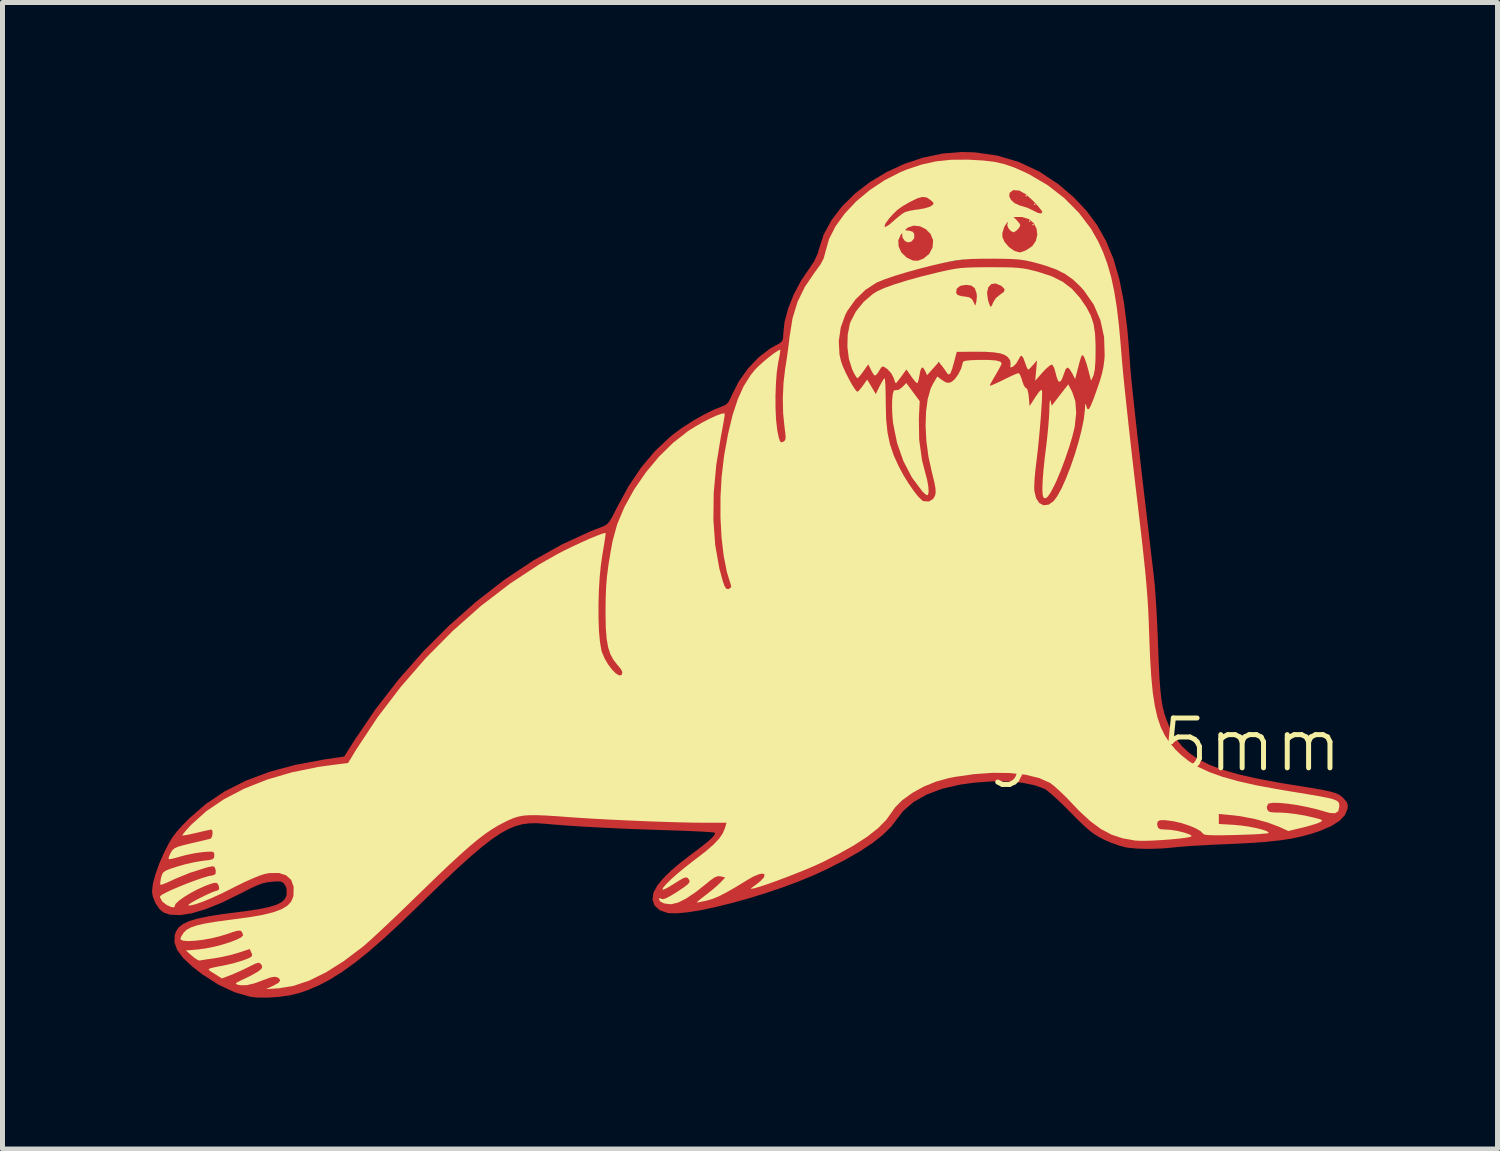
<source format=kicad_pcb>
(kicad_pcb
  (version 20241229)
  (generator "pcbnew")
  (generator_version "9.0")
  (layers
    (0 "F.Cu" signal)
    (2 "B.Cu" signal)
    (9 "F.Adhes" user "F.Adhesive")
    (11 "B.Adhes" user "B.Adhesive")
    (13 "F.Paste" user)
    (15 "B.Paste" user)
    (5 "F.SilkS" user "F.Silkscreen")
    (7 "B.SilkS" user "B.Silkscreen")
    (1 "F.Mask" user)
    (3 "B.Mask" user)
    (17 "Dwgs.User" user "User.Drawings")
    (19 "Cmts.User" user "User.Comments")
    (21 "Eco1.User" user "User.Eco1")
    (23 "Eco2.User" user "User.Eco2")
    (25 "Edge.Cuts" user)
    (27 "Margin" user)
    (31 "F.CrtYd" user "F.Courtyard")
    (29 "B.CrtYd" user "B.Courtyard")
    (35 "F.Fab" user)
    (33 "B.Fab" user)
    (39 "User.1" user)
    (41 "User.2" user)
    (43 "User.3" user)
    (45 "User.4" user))
  (footprint "MORS_logo_25mm"
    (layer "F.Cu")
    (at 17.137 12.4)
    (property "Reference" "MORS_logo_25mm" (at 0 -0.5 0) (unlocked yes) (layer "F.SilkS") (effects (font (size 1 1) (thickness 0.1))))
    (attr smd)
    (fp_poly (pts (xy -0.116 -9.765) (xy -0.029 -9.714) (xy 0.013 -9.644) (xy 0.005 -9.568) (xy -0.062 -9.496) (xy -0.08 -9.485) (xy -0.168 -9.406) (xy -0.218 -9.316) (xy -0.254 -9.232) (xy -0.288 -9.212) (xy -0.33 -9.252) (xy -0.343 -9.272) (xy -0.389 -9.388) (xy -0.409 -9.529) (xy -0.4 -9.658) (xy -0.39 -9.691) (xy -0.349 -9.758) (xy -0.282 -9.783) (xy -0.241 -9.785)) (stroke (width 0) (type solid)) (fill yes) (layer "F.Cu"))
    (fp_poly (pts (xy 0.267 -11.651) (xy 0.398 -11.59) (xy 0.538 -11.483) (xy 0.678 -11.333) (xy 0.697 -11.308) (xy 0.784 -11.193) (xy 0.83 -11.123) (xy 0.832 -11.09) (xy 0.791 -11.088) (xy 0.706 -11.107) (xy 0.686 -11.112) (xy 0.59 -11.146) (xy 0.477 -11.197) (xy 0.449 -11.211) (xy 0.35 -11.256) (xy 0.263 -11.281) (xy 0.243 -11.283) (xy 0.153 -11.31) (xy 0.081 -11.378) (xy 0.037 -11.467) (xy 0.032 -11.557) (xy 0.063 -11.616) (xy 0.153 -11.661)) (stroke (width 0) (type solid)) (fill yes) (layer "F.Cu"))
    (fp_poly (pts (xy -0.687 -9.742) (xy -0.635 -9.724) (xy -0.573 -9.646) (xy -0.545 -9.523) (xy -0.554 -9.37) (xy -0.56 -9.341) (xy -0.582 -9.245) (xy -0.599 -9.184) (xy -0.605 -9.172) (xy -0.622 -9.2) (xy -0.653 -9.271) (xy -0.667 -9.306) (xy -0.706 -9.391) (xy -0.753 -9.432) (xy -0.834 -9.448) (xy -0.868 -9.451) (xy -0.961 -9.462) (xy -1.007 -9.486) (xy -1.025 -9.539) (xy -1.027 -9.562) (xy -1.015 -9.663) (xy -0.978 -9.706) (xy -0.899 -9.737) (xy -0.79 -9.749)) (stroke (width 0) (type solid)) (fill yes) (layer "F.Cu"))
    (fp_poly (pts (xy -1.549 -11.502) (xy -1.467 -11.452) (xy -1.418 -11.386) (xy -1.411 -11.318) (xy -1.456 -11.26) (xy -1.467 -11.253) (xy -1.532 -11.232) (xy -1.639 -11.21) (xy -1.731 -11.197) (xy -1.855 -11.179) (xy -1.95 -11.154) (xy -2.034 -11.113) (xy -2.124 -11.046) (xy -2.237 -10.943) (xy -2.289 -10.894) (xy -2.506 -10.687) (xy -2.482 -10.822) (xy -2.449 -10.936) (xy -2.4 -11.037) (xy -2.393 -11.048) (xy -2.281 -11.175) (xy -2.138 -11.296) (xy -1.981 -11.401) (xy -1.826 -11.479) (xy -1.691 -11.518) (xy -1.655 -11.521)) (stroke (width 0) (type solid)) (fill yes) (layer "F.Cu"))
    (fp_poly (pts (xy -1.654 -10.919) (xy -1.536 -10.843) (xy -1.458 -10.738) (xy -1.414 -10.588) (xy -1.426 -10.442) (xy -1.491 -10.313) (xy -1.602 -10.221) (xy -1.63 -10.208) (xy -1.754 -10.168) (xy -1.86 -10.169) (xy -1.976 -10.209) (xy -2.091 -10.294) (xy -2.163 -10.421) (xy -2.183 -10.576) (xy -2.179 -10.616) (xy -2.154 -10.692) (xy -2.035 -10.692) (xy -2.011 -10.64) (xy -1.956 -10.605) (xy -1.906 -10.629) (xy -1.885 -10.651) (xy -1.862 -10.716) (xy -1.896 -10.761) (xy -1.951 -10.772) (xy -2.014 -10.747) (xy -2.035 -10.692) (xy -2.154 -10.692) (xy -2.131 -10.759) (xy -2.04 -10.864) (xy -1.921 -10.927) (xy -1.787 -10.946)) (stroke (width 0) (type solid)) (fill yes) (layer "F.Cu"))
    (fp_poly (pts (xy 0.423 -11.095) (xy 0.519 -11.053) (xy 0.521 -11.052) (xy 0.622 -10.931) (xy 0.669 -10.788) (xy 0.662 -10.638) (xy 0.597 -10.501) (xy 0.571 -10.469) (xy 0.497 -10.403) (xy 0.435 -10.366) (xy 0.42 -10.363) (xy 0.342 -10.354) (xy 0.323 -10.348) (xy 0.263 -10.349) (xy 0.174 -10.369) (xy 0.16 -10.374) (xy 0.052 -10.438) (xy -0.041 -10.54) (xy -0.101 -10.655) (xy -0.114 -10.728) (xy -0.087 -10.851) (xy -0.057 -10.906) (xy 0.091 -10.906) (xy 0.117 -10.856) (xy 0.174 -10.839) (xy 0.232 -10.861) (xy 0.246 -10.877) (xy 0.244 -10.927) (xy 0.204 -10.977) (xy 0.151 -11.001) (xy 0.128 -10.995) (xy 0.096 -10.945) (xy 0.091 -10.906) (xy -0.057 -10.906) (xy -0.019 -10.975) (xy 0.064 -11.059) (xy 0.165 -11.099) (xy 0.294 -11.111)) (stroke (width 0) (type solid)) (fill yes) (layer "F.Cu"))
    (fp_poly (pts (xy -0.089 -10.284) (xy 0.268 -10.254) (xy 0.605 -10.196) (xy 0.907 -10.115) (xy 1.162 -10.011) (xy 1.234 -9.972) (xy 1.434 -9.821) (xy 1.619 -9.617) (xy 1.78 -9.375) (xy 1.907 -9.108) (xy 1.981 -8.874) (xy 2.025 -8.614) (xy 2.031 -8.35) (xy 1.996 -8.07) (xy 1.92 -7.76) (xy 1.849 -7.54) (xy 1.789 -7.371) (xy 1.732 -7.222) (xy 1.684 -7.107) (xy 1.651 -7.039) (xy 1.644 -7.029) (xy 1.611 -6.964) (xy 1.582 -6.862) (xy 1.575 -6.822) (xy 1.542 -6.667) (xy 1.489 -6.479) (xy 1.421 -6.271) (xy 1.342 -6.057) (xy 1.257 -5.847) (xy 1.172 -5.655) (xy 1.092 -5.493) (xy 1.02 -5.374) (xy 0.971 -5.316) (xy 0.869 -5.266) (xy 0.751 -5.261) (xy 0.648 -5.299) (xy 0.618 -5.325) (xy 0.575 -5.4) (xy 0.549 -5.516) (xy 0.542 -5.664) (xy 0.773 -5.664) (xy 0.78 -5.554) (xy 0.798 -5.499) (xy 0.808 -5.495) (xy 0.838 -5.523) (xy 0.886 -5.6) (xy 0.943 -5.71) (xy 0.963 -5.751) (xy 1.072 -6.008) (xy 1.173 -6.28) (xy 1.258 -6.549) (xy 1.324 -6.799) (xy 1.365 -7.014) (xy 1.373 -7.093) (xy 1.382 -7.242) (xy 1.378 -7.345) (xy 1.36 -7.423) (xy 1.331 -7.487) (xy 1.285 -7.562) (xy 1.251 -7.603) (xy 1.245 -7.606) (xy 1.216 -7.581) (xy 1.157 -7.515) (xy 1.081 -7.422) (xy 1.071 -7.41) (xy 0.999 -7.315) (xy 0.953 -7.241) (xy 0.925 -7.165) (xy 0.909 -7.066) (xy 0.896 -6.924) (xy 0.894 -6.893) (xy 0.878 -6.706) (xy 0.854 -6.49) (xy 0.829 -6.284) (xy 0.822 -6.229) (xy 0.794 -6.01) (xy 0.778 -5.819) (xy 0.773 -5.664) (xy 0.542 -5.664) (xy 0.541 -5.677) (xy 0.551 -5.889) (xy 0.577 -6.159) (xy 0.595 -6.302) (xy 0.622 -6.522) (xy 0.647 -6.754) (xy 0.668 -6.973) (xy 0.682 -7.155) (xy 0.685 -7.197) (xy 0.705 -7.554) (xy 0.576 -7.367) (xy 0.448 -7.18) (xy 0.431 -7.393) (xy 0.418 -7.502) (xy 0.4 -7.576) (xy 0.384 -7.598) (xy 0.358 -7.622) (xy 0.325 -7.694) (xy 0.306 -7.75) (xy 0.259 -7.912) (xy -0.05 -7.757) (xy -0.182 -7.693) (xy -0.292 -7.644) (xy -0.366 -7.616) (xy -0.388 -7.612) (xy -0.386 -7.644) (xy -0.354 -7.72) (xy -0.299 -7.826) (xy -0.269 -7.878) (xy -0.199 -8.003) (xy -0.163 -8.089) (xy -0.168 -8.142) (xy -0.221 -8.169) (xy -0.327 -8.179) (xy -0.494 -8.177) (xy -0.539 -8.175) (xy -0.825 -8.167) (xy -0.862 -8.02) (xy -0.922 -7.869) (xy -1.01 -7.766) (xy -1.115 -7.716) (xy -1.229 -7.725) (xy -1.297 -7.76) (xy -1.344 -7.788) (xy -1.378 -7.78) (xy -1.415 -7.725) (xy -1.441 -7.676) (xy -1.507 -7.492) (xy -1.55 -7.259) (xy -1.569 -6.991) (xy -1.563 -6.704) (xy -1.533 -6.41) (xy -1.478 -6.125) (xy -1.457 -6.044) (xy -1.401 -5.816) (xy -1.373 -5.642) (xy -1.374 -5.513) (xy -1.403 -5.422) (xy -1.426 -5.391) (xy -1.519 -5.335) (xy -1.635 -5.33) (xy -1.713 -5.358) (xy -1.761 -5.401) (xy -1.832 -5.486) (xy -1.911 -5.596) (xy -1.929 -5.622) (xy -2.121 -5.938) (xy -2.263 -6.233) (xy -2.36 -6.527) (xy -2.417 -6.837) (xy -2.442 -7.181) (xy -2.443 -7.252) (xy -2.247 -7.252) (xy -2.233 -7.073) (xy -2.228 -7.021) (xy -2.184 -6.725) (xy -2.12 -6.468) (xy -2.026 -6.226) (xy -1.896 -5.977) (xy -1.771 -5.775) (xy -1.684 -5.649) (xy -1.625 -5.581) (xy -1.591 -5.569) (xy -1.578 -5.608) (xy -1.578 -5.622) (xy -1.588 -5.68) (xy -1.612 -5.785) (xy -1.648 -5.918) (xy -1.668 -5.988) (xy -1.704 -6.12) (xy -1.729 -6.242) (xy -1.747 -6.37) (xy -1.758 -6.523) (xy -1.765 -6.717) (xy -1.767 -6.836) (xy -1.778 -7.377) (xy -1.883 -7.523) (xy -1.988 -7.67) (xy -2.104 -7.595) (xy -2.175 -7.539) (xy -2.221 -7.472) (xy -2.244 -7.381) (xy -2.247 -7.252) (xy -2.443 -7.252) (xy -2.443 -7.29) (xy -2.445 -7.741) (xy -2.505 -7.624) (xy -2.562 -7.527) (xy -2.608 -7.494) (xy -2.652 -7.523) (xy -2.703 -7.61) (xy -2.776 -7.752) (xy -2.867 -7.611) (xy -2.922 -7.53) (xy -2.962 -7.479) (xy -2.974 -7.47) (xy -3.004 -7.499) (xy -3.054 -7.574) (xy -3.117 -7.682) (xy -3.184 -7.807) (xy -3.248 -7.934) (xy -3.3 -8.048) (xy -3.325 -8.114) (xy -3.372 -8.33) (xy -3.379 -8.512) (xy -3.142 -8.512) (xy -3.12 -8.288) (xy -3.063 -8.092) (xy -3.043 -8.049) (xy -2.964 -7.896) (xy -2.909 -7.979) (xy -2.847 -8.068) (xy -2.798 -8.131) (xy -2.761 -8.171) (xy -2.735 -8.17) (xy -2.703 -8.118) (xy -2.681 -8.072) (xy -2.619 -7.944) (xy -2.574 -8.03) (xy -2.522 -8.093) (xy -2.47 -8.116) (xy -2.375 -8.088) (xy -2.283 -8.015) (xy -2.221 -7.92) (xy -2.221 -7.919) (xy -2.187 -7.83) (xy -2.105 -7.931) (xy -2.051 -8.002) (xy -2.023 -8.051) (xy -2.022 -8.057) (xy -2.004 -8.083) (xy -1.961 -8.053) (xy -1.898 -7.971) (xy -1.887 -7.955) (xy -1.837 -7.885) (xy -1.801 -7.866) (xy -1.773 -7.903) (xy -1.745 -8) (xy -1.733 -8.057) (xy -1.703 -8.133) (xy -1.663 -8.142) (xy -1.614 -8.084) (xy -1.603 -8.064) (xy -1.558 -7.978) (xy -1.48 -8.083) (xy -1.397 -8.162) (xy -1.317 -8.172) (xy -1.241 -8.115) (xy -1.201 -8.053) (xy -1.14 -7.939) (xy -1.086 -8.119) (xy -1.057 -8.227) (xy -1.037 -8.31) (xy -1.033 -8.34) (xy -1.026 -8.369) (xy -0.999 -8.389) (xy -0.941 -8.401) (xy -0.843 -8.407) (xy -0.696 -8.408) (xy -0.522 -8.405) (xy -0.303 -8.397) (xy -0.14 -8.383) (xy -0.025 -8.36) (xy 0.054 -8.325) (xy 0.108 -8.275) (xy 0.134 -8.233) (xy 0.181 -8.143) (xy 0.225 -8.249) (xy 0.268 -8.321) (xy 0.313 -8.354) (xy 0.317 -8.355) (xy 0.347 -8.345) (xy 0.375 -8.307) (xy 0.41 -8.229) (xy 0.45 -8.121) (xy 0.474 -8.104) (xy 0.52 -8.144) (xy 0.536 -8.163) (xy 0.603 -8.236) (xy 0.644 -8.247) (xy 0.66 -8.195) (xy 0.652 -8.081) (xy 0.652 -8.076) (xy 0.627 -7.901) (xy 0.737 -8.025) (xy 0.814 -8.099) (xy 0.885 -8.144) (xy 0.91 -8.15) (xy 0.979 -8.12) (xy 1.027 -8.038) (xy 1.044 -7.931) (xy 1.054 -7.86) (xy 1.079 -7.851) (xy 1.115 -7.901) (xy 1.146 -7.98) (xy 1.193 -8.079) (xy 1.243 -8.113) (xy 1.295 -8.081) (xy 1.316 -8.048) (xy 1.363 -7.991) (xy 1.402 -7.988) (xy 1.419 -8.04) (xy 1.419 -8.04) (xy 1.428 -8.111) (xy 1.45 -8.209) (xy 1.454 -8.227) (xy 1.495 -8.323) (xy 1.543 -8.355) (xy 1.593 -8.327) (xy 1.638 -8.243) (xy 1.674 -8.107) (xy 1.677 -8.084) (xy 1.699 -7.993) (xy 1.722 -7.966) (xy 1.744 -7.997) (xy 1.764 -8.083) (xy 1.78 -8.219) (xy 1.787 -8.336) (xy 1.791 -8.52) (xy 1.781 -8.666) (xy 1.755 -8.8) (xy 1.73 -8.89) (xy 1.629 -9.144) (xy 1.489 -9.381) (xy 1.322 -9.586) (xy 1.139 -9.744) (xy 1.044 -9.801) (xy 0.845 -9.882) (xy 0.595 -9.95) (xy 0.309 -10.002) (xy 0.004 -10.037) (xy -0.306 -10.053) (xy -0.602 -10.048) (xy -0.832 -10.026) (xy -1.006 -9.996) (xy -1.216 -9.952) (xy -1.448 -9.898) (xy -1.688 -9.837) (xy -1.923 -9.773) (xy -2.139 -9.709) (xy -2.321 -9.65) (xy -2.456 -9.599) (xy -2.495 -9.581) (xy -2.7 -9.446) (xy -2.883 -9.264) (xy -3.024 -9.057) (xy -3.077 -8.94) (xy -3.128 -8.738) (xy -3.142 -8.512) (xy -3.379 -8.512) (xy -3.382 -8.576) (xy -3.357 -8.825) (xy -3.298 -9.049) (xy -3.272 -9.112) (xy -3.155 -9.31) (xy -2.994 -9.502) (xy -2.81 -9.669) (xy -2.627 -9.788) (xy -2.419 -9.878) (xy -2.157 -9.967) (xy -1.858 -10.051) (xy -1.537 -10.128) (xy -1.208 -10.193) (xy -0.887 -10.244) (xy -0.589 -10.276) (xy -0.454 -10.284)) (stroke (width 0) (type solid)) (fill yes) (layer "F.Cu"))
    (fp_poly (pts (xy -0.625 -12.393) (xy -0.17 -12.327) (xy 0.259 -12.199) (xy 0.665 -12.009) (xy 1.05 -11.755) (xy 1.357 -11.493) (xy 1.611 -11.225) (xy 1.828 -10.933) (xy 2.009 -10.61) (xy 2.157 -10.251) (xy 2.274 -9.848) (xy 2.364 -9.395) (xy 2.429 -8.886) (xy 2.438 -8.797) (xy 2.455 -8.596) (xy 2.473 -8.372) (xy 2.488 -8.162) (xy 2.492 -8.099) (xy 2.5 -7.998) (xy 2.515 -7.837) (xy 2.537 -7.624) (xy 2.564 -7.369) (xy 2.596 -7.077) (xy 2.631 -6.759) (xy 2.67 -6.421) (xy 2.71 -6.073) (xy 2.716 -6.022) (xy 2.757 -5.668) (xy 2.798 -5.321) (xy 2.837 -4.988) (xy 2.873 -4.679) (xy 2.905 -4.402) (xy 2.933 -4.166) (xy 2.955 -3.979) (xy 2.97 -3.851) (xy 2.971 -3.843) (xy 2.986 -3.685) (xy 3.002 -3.474) (xy 3.018 -3.225) (xy 3.032 -2.953) (xy 3.045 -2.674) (xy 3.052 -2.464) (xy 3.065 -2.126) (xy 3.079 -1.847) (xy 3.096 -1.617) (xy 3.117 -1.426) (xy 3.144 -1.266) (xy 3.179 -1.126) (xy 3.223 -0.998) (xy 3.277 -0.872) (xy 3.307 -0.81) (xy 3.409 -0.631) (xy 3.533 -0.474) (xy 3.683 -0.335) (xy 3.866 -0.211) (xy 4.086 -0.102) (xy 4.35 -0.003) (xy 4.662 0.087) (xy 5.028 0.17) (xy 5.454 0.251) (xy 5.737 0.298) (xy 6.009 0.341) (xy 6.223 0.377) (xy 6.387 0.407) (xy 6.509 0.434) (xy 6.598 0.46) (xy 6.663 0.486) (xy 6.713 0.516) (xy 6.755 0.552) (xy 6.773 0.57) (xy 6.839 0.647) (xy 6.859 0.716) (xy 6.853 0.779) (xy 6.799 0.907) (xy 6.691 1.022) (xy 6.524 1.127) (xy 6.295 1.225) (xy 6.136 1.278) (xy 5.94 1.332) (xy 5.73 1.377) (xy 5.496 1.413) (xy 5.227 1.442) (xy 4.912 1.465) (xy 4.542 1.484) (xy 4.466 1.487) (xy 4.219 1.497) (xy 3.98 1.51) (xy 3.761 1.522) (xy 3.576 1.535) (xy 3.439 1.547) (xy 3.393 1.552) (xy 3.144 1.575) (xy 2.887 1.584) (xy 2.645 1.579) (xy 2.442 1.56) (xy 2.402 1.553) (xy 2.28 1.521) (xy 2.128 1.467) (xy 1.978 1.404) (xy 1.963 1.396) (xy 1.858 1.342) (xy 1.762 1.282) (xy 1.663 1.206) (xy 1.551 1.106) (xy 1.413 0.972) (xy 1.299 0.856) (xy 1.157 0.714) (xy 1.022 0.585) (xy 0.906 0.481) (xy 0.82 0.409) (xy 0.782 0.383) (xy 0.581 0.308) (xy 0.328 0.257) (xy 0.033 0.231) (xy -0.292 0.23) (xy -0.635 0.255) (xy -0.919 0.294) (xy -1.279 0.377) (xy -1.592 0.494) (xy -1.853 0.642) (xy -2.059 0.818) (xy -2.168 0.958) (xy -2.297 1.129) (xy -2.464 1.296) (xy -2.674 1.463) (xy -2.933 1.634) (xy -3.247 1.813) (xy -3.604 1.995) (xy -3.878 2.121) (xy -4.182 2.245) (xy -4.507 2.365) (xy -4.842 2.478) (xy -5.18 2.581) (xy -5.512 2.673) (xy -5.828 2.751) (xy -6.12 2.813) (xy -6.379 2.855) (xy -6.595 2.876) (xy -6.76 2.874) (xy -6.793 2.869) (xy -6.95 2.814) (xy -7.051 2.723) (xy -7.094 2.605) (xy -7.077 2.466) (xy -6.996 2.316) (xy -6.875 2.171) (xy -6.72 2.019) (xy -6.521 1.851) (xy -6.276 1.664) (xy -6.088 1.522) (xy -5.955 1.413) (xy -5.873 1.334) (xy -5.84 1.282) (xy -5.844 1.259) (xy -5.883 1.253) (xy -5.98 1.245) (xy -6.128 1.236) (xy -6.317 1.227) (xy -6.539 1.218) (xy -6.784 1.21) (xy -6.812 1.209) (xy -7.26 1.194) (xy -7.699 1.177) (xy -8.116 1.157) (xy -8.503 1.136) (xy -8.847 1.113) (xy -9.14 1.09) (xy -9.271 1.078) (xy -9.423 1.068) (xy -9.566 1.071) (xy -9.705 1.089) (xy -9.844 1.127) (xy -9.989 1.187) (xy -10.144 1.273) (xy -10.314 1.387) (xy -10.503 1.533) (xy -10.717 1.714) (xy -10.961 1.932) (xy -11.238 2.192) (xy -11.554 2.496) (xy -11.789 2.725) (xy -12.159 3.081) (xy -12.491 3.387) (xy -12.792 3.649) (xy -13.067 3.869) (xy -13.321 4.052) (xy -13.56 4.202) (xy -13.789 4.323) (xy -14.014 4.419) (xy -14.19 4.479) (xy -14.381 4.524) (xy -14.603 4.555) (xy -14.83 4.569) (xy -15.037 4.566) (xy -15.163 4.551) (xy -15.476 4.462) (xy -15.799 4.311) (xy -16.128 4.101) (xy -16.331 3.943) (xy -16.514 3.771) (xy -16.632 3.611) (xy -16.687 3.46) (xy -16.681 3.313) (xy -16.655 3.24) (xy -16.603 3.161) (xy -16.52 3.094) (xy -16.399 3.036) (xy -16.233 2.985) (xy -16.018 2.939) (xy -15.745 2.896) (xy -15.506 2.865) (xy -15.203 2.826) (xy -14.96 2.787) (xy -14.773 2.746) (xy -14.633 2.702) (xy -14.536 2.651) (xy -14.474 2.593) (xy -14.44 2.523) (xy -14.435 2.503) (xy -14.438 2.374) (xy -14.468 2.31) (xy -14.504 2.264) (xy -14.548 2.241) (xy -14.62 2.236) (xy -14.734 2.243) (xy -14.833 2.255) (xy -14.929 2.279) (xy -15.038 2.32) (xy -15.175 2.383) (xy -15.354 2.476) (xy -15.369 2.483) (xy -15.727 2.659) (xy -16.05 2.79) (xy -16.333 2.875) (xy -16.576 2.913) (xy -16.775 2.904) (xy -16.904 2.862) (xy -16.991 2.787) (xy -17.069 2.67) (xy -17.122 2.537) (xy -17.137 2.437) (xy -17.12 2.29) (xy -17.108 2.242) (xy -16.916 2.242) (xy -16.912 2.268) (xy -16.876 2.254) (xy -16.799 2.219) (xy -16.737 2.188) (xy -16.619 2.136) (xy -16.46 2.076) (xy -16.281 2.014) (xy -16.108 1.959) (xy -15.964 1.919) (xy -15.94 1.914) (xy -15.875 1.909) (xy -15.842 1.942) (xy -15.826 1.999) (xy -15.818 2.08) (xy -15.831 2.129) (xy -15.832 2.13) (xy -15.878 2.151) (xy -15.97 2.182) (xy -16.081 2.214) (xy -16.23 2.26) (xy -16.388 2.319) (xy -16.544 2.386) (xy -16.685 2.453) (xy -16.798 2.516) (xy -16.871 2.569) (xy -16.892 2.602) (xy -16.857 2.675) (xy -16.79 2.691) (xy -16.688 2.651) (xy -16.649 2.626) (xy -16.15 2.626) (xy -16.133 2.643) (xy -16.116 2.626) (xy -16.133 2.609) (xy -16.15 2.626) (xy -16.649 2.626) (xy -16.606 2.598) (xy -16.597 2.592) (xy -16.082 2.592) (xy -16.065 2.609) (xy -16.048 2.592) (xy -16.065 2.575) (xy -16.082 2.592) (xy -16.597 2.592) (xy -16.559 2.568) (xy -16.007 2.568) (xy -15.997 2.574) (xy -15.941 2.557) (xy -15.912 2.541) (xy -15.885 2.514) (xy -15.895 2.508) (xy -15.951 2.525) (xy -15.98 2.541) (xy -16.007 2.568) (xy -16.559 2.568) (xy -16.49 2.524) (xy -16.43 2.49) (xy -15.844 2.49) (xy -15.827 2.507) (xy -15.81 2.49) (xy -15.827 2.473) (xy -15.844 2.49) (xy -16.43 2.49) (xy -16.339 2.439) (xy -16.175 2.354) (xy -16.018 2.281) (xy -15.889 2.23) (xy -15.857 2.219) (xy -15.806 2.215) (xy -15.778 2.251) (xy -15.761 2.318) (xy -15.74 2.397) (xy -15.715 2.437) (xy -15.71 2.439) (xy -15.67 2.423) (xy -15.585 2.382) (xy -15.471 2.322) (xy -15.414 2.291) (xy -15.152 2.16) (xy -14.927 2.078) (xy -14.731 2.043) (xy -14.558 2.054) (xy -14.518 2.064) (xy -14.374 2.132) (xy -14.283 2.243) (xy -14.245 2.395) (xy -14.244 2.428) (xy -14.267 2.603) (xy -14.341 2.735) (xy -14.469 2.832) (xy -14.49 2.842) (xy -14.574 2.88) (xy -14.664 2.911) (xy -14.77 2.939) (xy -14.904 2.966) (xy -15.075 2.993) (xy -15.294 3.024) (xy -15.504 3.051) (xy -15.698 3.077) (xy -15.874 3.101) (xy -16.018 3.121) (xy -16.117 3.137) (xy -16.15 3.143) (xy -16.262 3.18) (xy -16.372 3.233) (xy -16.46 3.291) (xy -16.503 3.339) (xy -16.495 3.388) (xy -16.433 3.414) (xy -16.325 3.419) (xy -16.179 3.404) (xy -16.005 3.371) (xy -15.811 3.321) (xy -15.607 3.255) (xy -15.401 3.175) (xy -15.395 3.173) (xy -15.345 3.173) (xy -15.298 3.228) (xy -15.282 3.256) (xy -15.248 3.33) (xy -15.236 3.371) (xy -15.237 3.374) (xy -15.326 3.428) (xy -15.466 3.486) (xy -15.641 3.543) (xy -15.834 3.594) (xy -16.03 3.633) (xy -16.092 3.643) (xy -16.368 3.682) (xy -16.272 3.745) (xy -16.224 3.773) (xy -16.175 3.788) (xy -16.11 3.79) (xy -16.011 3.778) (xy -15.862 3.754) (xy -15.86 3.754) (xy -15.694 3.721) (xy -15.529 3.682) (xy -15.394 3.642) (xy -15.361 3.631) (xy -15.18 3.561) (xy -15.12 3.634) (xy -15.076 3.703) (xy -15.061 3.75) (xy -15.093 3.793) (xy -15.185 3.841) (xy -15.328 3.892) (xy -15.514 3.942) (xy -15.634 3.969) (xy -15.918 4.027) (xy -15.824 4.089) (xy -15.767 4.123) (xy -15.717 4.134) (xy -15.651 4.122) (xy -15.544 4.088) (xy -15.542 4.087) (xy -15.403 4.031) (xy -15.251 3.958) (xy -15.171 3.913) (xy -14.988 3.803) (xy -14.907 3.895) (xy -14.826 3.988) (xy -14.901 4.048) (xy -14.971 4.094) (xy -15.077 4.155) (xy -15.18 4.209) (xy -15.282 4.264) (xy -15.324 4.297) (xy -15.309 4.309) (xy -15.243 4.3) (xy -15.129 4.268) (xy -14.971 4.216) (xy -14.946 4.207) (xy -14.808 4.158) (xy -14.717 4.131) (xy -14.657 4.124) (xy -14.613 4.134) (xy -14.57 4.16) (xy -14.499 4.217) (xy -14.492 4.263) (xy -14.55 4.314) (xy -14.576 4.329) (xy -14.669 4.383) (xy -14.52 4.363) (xy -14.404 4.341) (xy -14.262 4.304) (xy -14.163 4.273) (xy -13.967 4.199) (xy -13.769 4.105) (xy -13.565 3.987) (xy -13.348 3.842) (xy -13.113 3.665) (xy -12.856 3.452) (xy -12.57 3.2) (xy -12.252 2.904) (xy -11.894 2.561) (xy -11.863 2.53) (xy -11.557 2.232) (xy -11.292 1.98) (xy -11.064 1.766) (xy -10.866 1.588) (xy -10.693 1.441) (xy -10.54 1.319) (xy -10.401 1.218) (xy -10.271 1.134) (xy -10.144 1.061) (xy -10.094 1.035) (xy -9.99 0.984) (xy -9.896 0.945) (xy -9.802 0.916) (xy -9.698 0.898) (xy -9.574 0.889) (xy -9.421 0.889) (xy -9.228 0.897) (xy -8.986 0.913) (xy -8.711 0.933) (xy -8.382 0.955) (xy -8.015 0.977) (xy -7.626 0.996) (xy -7.231 1.013) (xy -6.847 1.027) (xy -6.491 1.036) (xy -6.179 1.042) (xy -6.063 1.042) (xy -5.56 1.043) (xy -5.583 1.136) (xy -5.616 1.251) (xy -5.662 1.352) (xy -5.728 1.449) (xy -5.823 1.549) (xy -5.955 1.664) (xy -6.132 1.801) (xy -6.242 1.883) (xy -6.374 1.983) (xy -6.489 2.074) (xy -6.582 2.152) (xy -6.646 2.21) (xy -6.676 2.244) (xy -6.667 2.249) (xy -6.613 2.219) (xy -6.566 2.189) (xy -6.483 2.136) (xy -6.423 2.103) (xy -6.409 2.098) (xy -6.376 2.124) (xy -6.33 2.185) (xy -6.329 2.186) (xy -6.3 2.242) (xy -6.298 2.29) (xy -6.332 2.34) (xy -6.409 2.4) (xy -6.536 2.48) (xy -6.597 2.517) (xy -6.714 2.587) (xy -6.778 2.63) (xy -6.797 2.654) (xy -6.775 2.665) (xy -6.728 2.671) (xy -6.654 2.667) (xy -6.569 2.636) (xy -6.455 2.571) (xy -6.373 2.518) (xy -6.234 2.42) (xy -6.093 2.313) (xy -5.978 2.218) (xy -5.968 2.209) (xy -5.877 2.13) (xy -5.817 2.092) (xy -5.769 2.085) (xy -5.714 2.103) (xy -5.709 2.105) (xy -5.638 2.136) (xy -5.601 2.153) (xy -5.601 2.153) (xy -5.602 2.188) (xy -5.647 2.255) (xy -5.728 2.342) (xy -5.836 2.439) (xy -5.857 2.456) (xy -5.951 2.535) (xy -5.997 2.579) (xy -5.997 2.595) (xy -5.957 2.59) (xy -5.95 2.588) (xy -5.887 2.564) (xy -5.783 2.513) (xy -5.653 2.445) (xy -5.509 2.367) (xy -5.366 2.286) (xy -5.237 2.211) (xy -5.135 2.148) (xy -5.075 2.105) (xy -5.066 2.095) (xy -5.023 2.075) (xy -4.939 2.065) (xy -4.913 2.064) (xy -4.815 2.075) (xy -4.78 2.113) (xy -4.803 2.184) (xy -4.829 2.223) (xy -4.852 2.259) (xy -4.851 2.275) (xy -4.815 2.272) (xy -4.733 2.248) (xy -4.633 2.217) (xy -4.425 2.148) (xy -4.237 2.077) (xy -4.047 1.998) (xy -3.837 1.901) (xy -3.604 1.786) (xy -3.227 1.586) (xy -2.914 1.391) (xy -2.664 1.204) (xy -2.48 1.026) (xy -2.475 1.02) (xy -2.257 0.778) (xy -2.056 0.582) (xy -1.859 0.427) (xy -1.654 0.307) (xy -1.428 0.215) (xy -1.171 0.146) (xy -0.87 0.095) (xy -0.513 0.054) (xy -0.513 0.054) (xy -0.171 0.034) (xy 0.141 0.045) (xy 0.453 0.087) (xy 0.496 0.095) (xy 0.639 0.127) (xy 0.761 0.167) (xy 0.875 0.222) (xy 0.99 0.301) (xy 1.12 0.411) (xy 1.275 0.558) (xy 1.414 0.699) (xy 1.583 0.869) (xy 1.718 0.997) (xy 1.827 1.091) (xy 1.922 1.161) (xy 2.014 1.215) (xy 2.068 1.242) (xy 2.254 1.318) (xy 2.446 1.37) (xy 2.653 1.398) (xy 2.89 1.404) (xy 3.168 1.39) (xy 3.461 1.359) (xy 3.649 1.337) (xy 3.512 1.295) (xy 3.394 1.268) (xy 3.253 1.252) (xy 3.197 1.25) (xy 3.077 1.24) (xy 3.022 1.216) (xy 3.018 1.204) (xy 3.009 1.138) (xy 2.998 1.089) (xy 2.998 1.031) (xy 3.04 0.998) (xy 3.131 0.988) (xy 3.278 0.998) (xy 3.361 1.009) (xy 3.521 1.04) (xy 3.679 1.086) (xy 3.82 1.14) (xy 3.928 1.197) (xy 3.987 1.249) (xy 3.991 1.258) (xy 4.007 1.275) (xy 4.044 1.288) (xy 4.108 1.296) (xy 4.209 1.299) (xy 4.352 1.299) (xy 4.544 1.295) (xy 4.795 1.288) (xy 4.942 1.283) (xy 5.181 1.274) (xy 5.028 1.225) (xy 4.922 1.2) (xy 4.775 1.176) (xy 4.613 1.159) (xy 4.563 1.155) (xy 4.251 1.135) (xy 4.237 1.017) (xy 4.239 0.922) (xy 4.268 0.882) (xy 4.319 0.879) (xy 4.421 0.883) (xy 4.557 0.895) (xy 4.657 0.905) (xy 4.958 0.952) (xy 5.238 1.019) (xy 5.478 1.101) (xy 5.572 1.144) (xy 5.637 1.173) (xy 5.694 1.185) (xy 5.764 1.181) (xy 5.868 1.159) (xy 5.946 1.14) (xy 6.071 1.106) (xy 6.17 1.074) (xy 6.225 1.05) (xy 6.228 1.047) (xy 6.214 1.027) (xy 6.146 1.003) (xy 6.038 0.976) (xy 5.904 0.951) (xy 5.758 0.929) (xy 5.613 0.914) (xy 5.484 0.907) (xy 5.465 0.906) (xy 5.331 0.902) (xy 5.25 0.881) (xy 5.21 0.837) (xy 5.198 0.76) (xy 5.198 0.735) (xy 5.229 0.684) (xy 5.318 0.654) (xy 5.457 0.645) (xy 5.639 0.655) (xy 5.857 0.685) (xy 6.104 0.735) (xy 6.296 0.782) (xy 6.443 0.82) (xy 6.539 0.837) (xy 6.596 0.837) (xy 6.628 0.821) (xy 6.632 0.817) (xy 6.654 0.746) (xy 6.618 0.679) (xy 6.552 0.638) (xy 6.493 0.623) (xy 6.38 0.6) (xy 6.225 0.571) (xy 6.042 0.54) (xy 5.895 0.516) (xy 5.422 0.437) (xy 5.012 0.358) (xy 4.658 0.279) (xy 4.354 0.196) (xy 4.096 0.108) (xy 3.877 0.012) (xy 3.691 -0.093) (xy 3.533 -0.209) (xy 3.396 -0.338) (xy 3.378 -0.358) (xy 3.263 -0.499) (xy 3.167 -0.649) (xy 3.086 -0.817) (xy 3.02 -1.008) (xy 2.966 -1.23) (xy 2.924 -1.491) (xy 2.891 -1.797) (xy 2.867 -2.155) (xy 2.848 -2.573) (xy 2.846 -2.651) (xy 2.837 -2.909) (xy 2.828 -3.148) (xy 2.819 -3.361) (xy 2.81 -3.535) (xy 2.803 -3.663) (xy 2.797 -3.735) (xy 2.796 -3.741) (xy 2.783 -3.832) (xy 2.764 -3.983) (xy 2.739 -4.186) (xy 2.709 -4.433) (xy 2.676 -4.717) (xy 2.64 -5.029) (xy 2.602 -5.363) (xy 2.563 -5.709) (xy 2.523 -6.061) (xy 2.484 -6.41) (xy 2.447 -6.748) (xy 2.412 -7.069) (xy 2.381 -7.363) (xy 2.353 -7.624) (xy 2.331 -7.843) (xy 2.314 -8.013) (xy 2.305 -8.125) (xy 2.304 -8.133) (xy 2.273 -8.547) (xy 2.24 -8.901) (xy 2.204 -9.207) (xy 2.164 -9.473) (xy 2.118 -9.708) (xy 2.064 -9.922) (xy 2.001 -10.125) (xy 1.966 -10.225) (xy 1.782 -10.633) (xy 1.541 -11.005) (xy 1.249 -11.337) (xy 0.908 -11.625) (xy 0.523 -11.866) (xy 0.097 -12.056) (xy 0.039 -12.077) (xy -0.08 -12.117) (xy -0.179 -12.146) (xy -0.274 -12.165) (xy -0.381 -12.176) (xy -0.515 -12.182) (xy -0.693 -12.184) (xy -0.812 -12.184) (xy -1.101 -12.179) (xy -1.343 -12.162) (xy -1.555 -12.127) (xy -1.759 -12.07) (xy -1.973 -11.989) (xy -2.144 -11.914) (xy -2.448 -11.751) (xy -2.731 -11.558) (xy -2.985 -11.341) (xy -3.204 -11.109) (xy -3.379 -10.869) (xy -3.504 -10.629) (xy -3.571 -10.398) (xy -3.576 -10.364) (xy -3.596 -10.262) (xy -3.635 -10.167) (xy -3.705 -10.06) (xy -3.774 -9.97) (xy -3.984 -9.667) (xy -4.138 -9.349) (xy -4.243 -9.002) (xy -4.3 -8.642) (xy -4.322 -8.459) (xy -4.351 -8.259) (xy -4.38 -8.082) (xy -4.384 -8.065) (xy -4.414 -7.84) (xy -4.431 -7.579) (xy -4.433 -7.306) (xy -4.42 -7.047) (xy -4.393 -6.826) (xy -4.389 -6.805) (xy -4.367 -6.688) (xy -4.352 -6.602) (xy -4.347 -6.563) (xy -4.348 -6.563) (xy -4.381 -6.553) (xy -4.454 -6.536) (xy -4.46 -6.535) (xy -4.566 -6.512) (xy -4.602 -6.727) (xy -4.653 -7.124) (xy -4.664 -7.492) (xy -4.645 -7.803) (xy -4.628 -7.96) (xy -4.61 -8.098) (xy -4.595 -8.2) (xy -4.588 -8.237) (xy -4.581 -8.298) (xy -4.603 -8.315) (xy -4.659 -8.285) (xy -4.752 -8.207) (xy -4.885 -8.08) (xy -4.891 -8.074) (xy -5.064 -7.885) (xy -5.199 -7.694) (xy -5.308 -7.483) (xy -5.398 -7.235) (xy -5.46 -7.011) (xy -5.544 -6.654) (xy -5.605 -6.326) (xy -5.646 -6.006) (xy -5.669 -5.671) (xy -5.679 -5.297) (xy -5.679 -5.188) (xy -5.677 -4.918) (xy -5.671 -4.699) (xy -5.658 -4.515) (xy -5.636 -4.35) (xy -5.605 -4.188) (xy -5.56 -4.012) (xy -5.52 -3.868) (xy -5.488 -3.748) (xy -5.467 -3.656) (xy -5.462 -3.609) (xy -5.463 -3.607) (xy -5.503 -3.589) (xy -5.563 -3.572) (xy -5.614 -3.565) (xy -5.648 -3.584) (xy -5.677 -3.643) (xy -5.709 -3.739) (xy -5.775 -3.973) (xy -5.824 -4.216) (xy -5.858 -4.482) (xy -5.881 -4.79) (xy -5.89 -4.984) (xy -5.888 -5.569) (xy -5.841 -6.152) (xy -5.751 -6.708) (xy -5.734 -6.788) (xy -5.707 -6.92) (xy -5.689 -7.024) (xy -5.683 -7.084) (xy -5.684 -7.092) (xy -5.719 -7.084) (xy -5.799 -7.051) (xy -5.912 -6.998) (xy -5.981 -6.963) (xy -6.377 -6.725) (xy -6.742 -6.427) (xy -7.073 -6.074) (xy -7.367 -5.667) (xy -7.623 -5.21) (xy -7.641 -5.171) (xy -7.731 -4.97) (xy -7.795 -4.787) (xy -7.845 -4.589) (xy -7.874 -4.439) (xy -7.949 -3.953) (xy -7.993 -3.516) (xy -8.007 -3.13) (xy -7.99 -2.796) (xy -7.943 -2.518) (xy -7.866 -2.296) (xy -7.758 -2.133) (xy -7.744 -2.12) (xy -7.671 -2.039) (xy -7.64 -1.981) (xy -7.643 -1.924) (xy -7.649 -1.906) (xy -7.687 -1.841) (xy -7.73 -1.817) (xy -7.799 -1.846) (xy -7.885 -1.921) (xy -7.976 -2.029) (xy -8.059 -2.155) (xy -8.118 -2.277) (xy -8.145 -2.348) (xy -8.166 -2.414) (xy -8.18 -2.487) (xy -8.189 -2.578) (xy -8.195 -2.697) (xy -8.197 -2.856) (xy -8.198 -3.065) (xy -8.197 -3.213) (xy -8.194 -3.499) (xy -8.188 -3.732) (xy -8.177 -3.925) (xy -8.161 -4.093) (xy -8.138 -4.251) (xy -8.127 -4.313) (xy -8.06 -4.681) (xy -8.147 -4.661) (xy -8.226 -4.633) (xy -8.353 -4.578) (xy -8.514 -4.502) (xy -8.698 -4.411) (xy -8.893 -4.311) (xy -9.087 -4.209) (xy -9.267 -4.111) (xy -9.421 -4.022) (xy -9.494 -3.977) (xy -10.137 -3.534) (xy -10.757 -3.028) (xy -11.349 -2.464) (xy -11.912 -1.845) (xy -12.441 -1.174) (xy -12.888 -0.525) (xy -13.171 -0.086) (xy -13.393 -0.064) (xy -13.895 0.01) (xy -14.393 0.125) (xy -14.871 0.277) (xy -15.318 0.462) (xy -15.718 0.675) (xy -15.844 0.755) (xy -15.948 0.83) (xy -16.058 0.919) (xy -16.165 1.013) (xy -16.261 1.104) (xy -16.336 1.183) (xy -16.382 1.241) (xy -16.389 1.269) (xy -16.372 1.269) (xy -16.183 1.218) (xy -16.049 1.191) (xy -15.96 1.188) (xy -15.906 1.209) (xy -15.879 1.256) (xy -15.872 1.295) (xy -15.858 1.411) (xy -16.263 1.508) (xy -16.457 1.557) (xy -16.59 1.599) (xy -16.67 1.637) (xy -16.701 1.667) (xy -16.724 1.722) (xy -16.724 1.74) (xy -16.688 1.737) (xy -16.603 1.72) (xy -16.488 1.692) (xy -16.474 1.688) (xy -16.319 1.655) (xy -16.155 1.631) (xy -16.04 1.624) (xy -15.844 1.622) (xy -15.844 1.736) (xy -15.844 1.85) (xy -16.058 1.87) (xy -16.193 1.891) (xy -16.361 1.927) (xy -16.532 1.973) (xy -16.575 1.986) (xy -16.72 2.035) (xy -16.813 2.073) (xy -16.866 2.108) (xy -16.894 2.149) (xy -16.903 2.176) (xy -16.916 2.242) (xy -17.108 2.242) (xy -17.07 2.1) (xy -16.993 1.882) (xy -16.891 1.651) (xy -16.877 1.622) (xy -16.801 1.474) (xy -16.728 1.354) (xy -16.645 1.243) (xy -16.537 1.122) (xy -16.392 0.975) (xy -16.392 0.975) (xy -16.056 0.682) (xy -15.678 0.429) (xy -15.254 0.215) (xy -14.781 0.038) (xy -14.255 -0.104) (xy -13.677 -0.211) (xy -13.28 -0.27) (xy -13.077 -0.592) (xy -12.655 -1.215) (xy -12.194 -1.809) (xy -11.699 -2.372) (xy -11.175 -2.897) (xy -10.629 -3.38) (xy -10.066 -3.816) (xy -9.491 -4.2) (xy -8.909 -4.527) (xy -8.327 -4.794) (xy -8.139 -4.866) (xy -8.065 -4.896) (xy -8.01 -4.929) (xy -7.963 -4.98) (xy -7.912 -5.06) (xy -7.848 -5.183) (xy -7.812 -5.256) (xy -7.576 -5.69) (xy -7.324 -6.066) (xy -7.05 -6.393) (xy -6.746 -6.679) (xy -6.677 -6.736) (xy -6.494 -6.87) (xy -6.285 -7.004) (xy -6.07 -7.127) (xy -5.867 -7.228) (xy -5.698 -7.295) (xy -5.625 -7.327) (xy -5.572 -7.379) (xy -5.523 -7.471) (xy -5.5 -7.526) (xy -5.362 -7.798) (xy -5.181 -8.052) (xy -4.971 -8.274) (xy -4.743 -8.45) (xy -4.637 -8.51) (xy -4.542 -8.562) (xy -4.493 -8.606) (xy -4.474 -8.664) (xy -4.471 -8.738) (xy -4.445 -8.986) (xy -4.372 -9.26) (xy -4.26 -9.542) (xy -4.114 -9.817) (xy -3.97 -10.029) (xy -3.85 -10.207) (xy -3.778 -10.365) (xy -3.759 -10.434) (xy -3.66 -10.742) (xy -3.5 -11.036) (xy -3.286 -11.314) (xy -3.026 -11.569) (xy -2.727 -11.799) (xy -2.395 -11.998) (xy -2.039 -12.162) (xy -1.664 -12.287) (xy -1.278 -12.368) (xy -0.888 -12.4)) (stroke (width 0) (type solid)) (fill yes) (layer "F.Cu"))
    (fp_poly (pts (xy -0.089 -10.284) (xy 0.268 -10.254) (xy 0.605 -10.196) (xy 0.907 -10.115) (xy 1.162 -10.011) (xy 1.234 -9.972) (xy 1.434 -9.821) (xy 1.619 -9.617) (xy 1.78 -9.375) (xy 1.907 -9.108) (xy 1.981 -8.874) (xy 2.025 -8.614) (xy 2.031 -8.35) (xy 1.996 -8.07) (xy 1.92 -7.76) (xy 1.849 -7.54) (xy 1.789 -7.371) (xy 1.732 -7.222) (xy 1.684 -7.107) (xy 1.651 -7.039) (xy 1.644 -7.029) (xy 1.611 -6.964) (xy 1.582 -6.862) (xy 1.575 -6.822) (xy 1.542 -6.667) (xy 1.489 -6.479) (xy 1.421 -6.271) (xy 1.342 -6.057) (xy 1.257 -5.847) (xy 1.172 -5.655) (xy 1.092 -5.493) (xy 1.02 -5.374) (xy 0.971 -5.316) (xy 0.869 -5.266) (xy 0.751 -5.261) (xy 0.648 -5.299) (xy 0.618 -5.325) (xy 0.575 -5.4) (xy 0.549 -5.516) (xy 0.542 -5.664) (xy 0.773 -5.664) (xy 0.78 -5.554) (xy 0.798 -5.499) (xy 0.808 -5.495) (xy 0.838 -5.523) (xy 0.886 -5.6) (xy 0.943 -5.71) (xy 0.963 -5.751) (xy 1.072 -6.008) (xy 1.173 -6.28) (xy 1.258 -6.549) (xy 1.324 -6.799) (xy 1.365 -7.014) (xy 1.373 -7.093) (xy 1.382 -7.242) (xy 1.378 -7.345) (xy 1.36 -7.423) (xy 1.331 -7.487) (xy 1.285 -7.562) (xy 1.251 -7.603) (xy 1.245 -7.606) (xy 1.216 -7.581) (xy 1.157 -7.515) (xy 1.081 -7.422) (xy 1.071 -7.41) (xy 0.999 -7.315) (xy 0.953 -7.241) (xy 0.925 -7.165) (xy 0.909 -7.066) (xy 0.896 -6.924) (xy 0.894 -6.893) (xy 0.878 -6.706) (xy 0.854 -6.49) (xy 0.829 -6.284) (xy 0.822 -6.229) (xy 0.794 -6.01) (xy 0.778 -5.819) (xy 0.773 -5.664) (xy 0.542 -5.664) (xy 0.541 -5.677) (xy 0.551 -5.889) (xy 0.577 -6.159) (xy 0.595 -6.302) (xy 0.622 -6.522) (xy 0.647 -6.754) (xy 0.668 -6.973) (xy 0.682 -7.155) (xy 0.685 -7.197) (xy 0.705 -7.554) (xy 0.576 -7.367) (xy 0.448 -7.18) (xy 0.431 -7.393) (xy 0.418 -7.502) (xy 0.4 -7.576) (xy 0.384 -7.598) (xy 0.358 -7.622) (xy 0.325 -7.694) (xy 0.306 -7.75) (xy 0.259 -7.912) (xy -0.05 -7.757) (xy -0.182 -7.693) (xy -0.292 -7.644) (xy -0.366 -7.616) (xy -0.388 -7.612) (xy -0.386 -7.644) (xy -0.354 -7.72) (xy -0.299 -7.826) (xy -0.269 -7.878) (xy -0.199 -8.003) (xy -0.163 -8.089) (xy -0.168 -8.142) (xy -0.221 -8.169) (xy -0.327 -8.179) (xy -0.494 -8.177) (xy -0.539 -8.175) (xy -0.825 -8.167) (xy -0.862 -8.02) (xy -0.922 -7.869) (xy -1.01 -7.766) (xy -1.115 -7.716) (xy -1.229 -7.725) (xy -1.297 -7.76) (xy -1.344 -7.788) (xy -1.378 -7.78) (xy -1.415 -7.725) (xy -1.441 -7.676) (xy -1.507 -7.492) (xy -1.55 -7.259) (xy -1.569 -6.991) (xy -1.563 -6.704) (xy -1.533 -6.41) (xy -1.478 -6.125) (xy -1.457 -6.044) (xy -1.401 -5.816) (xy -1.373 -5.642) (xy -1.374 -5.513) (xy -1.403 -5.422) (xy -1.426 -5.391) (xy -1.519 -5.335) (xy -1.635 -5.33) (xy -1.713 -5.358) (xy -1.761 -5.401) (xy -1.832 -5.486) (xy -1.911 -5.596) (xy -1.929 -5.622) (xy -2.121 -5.938) (xy -2.263 -6.233) (xy -2.36 -6.527) (xy -2.417 -6.837) (xy -2.442 -7.181) (xy -2.443 -7.252) (xy -2.247 -7.252) (xy -2.233 -7.073) (xy -2.228 -7.021) (xy -2.184 -6.725) (xy -2.12 -6.468) (xy -2.026 -6.226) (xy -1.896 -5.977) (xy -1.771 -5.775) (xy -1.684 -5.649) (xy -1.625 -5.581) (xy -1.591 -5.569) (xy -1.578 -5.608) (xy -1.578 -5.622) (xy -1.588 -5.68) (xy -1.612 -5.785) (xy -1.648 -5.918) (xy -1.668 -5.988) (xy -1.704 -6.12) (xy -1.729 -6.242) (xy -1.747 -6.37) (xy -1.758 -6.523) (xy -1.765 -6.717) (xy -1.767 -6.836) (xy -1.778 -7.377) (xy -1.883 -7.523) (xy -1.988 -7.67) (xy -2.104 -7.595) (xy -2.175 -7.539) (xy -2.221 -7.472) (xy -2.244 -7.381) (xy -2.247 -7.252) (xy -2.443 -7.252) (xy -2.443 -7.29) (xy -2.445 -7.741) (xy -2.505 -7.624) (xy -2.562 -7.527) (xy -2.608 -7.494) (xy -2.652 -7.523) (xy -2.703 -7.61) (xy -2.776 -7.752) (xy -2.867 -7.611) (xy -2.922 -7.53) (xy -2.962 -7.479) (xy -2.974 -7.47) (xy -3.004 -7.499) (xy -3.054 -7.574) (xy -3.117 -7.682) (xy -3.184 -7.807) (xy -3.248 -7.934) (xy -3.3 -8.048) (xy -3.325 -8.114) (xy -3.372 -8.33) (xy -3.379 -8.512) (xy -3.142 -8.512) (xy -3.12 -8.288) (xy -3.063 -8.092) (xy -3.043 -8.049) (xy -2.964 -7.896) (xy -2.909 -7.979) (xy -2.847 -8.068) (xy -2.798 -8.131) (xy -2.761 -8.171) (xy -2.735 -8.17) (xy -2.703 -8.118) (xy -2.681 -8.072) (xy -2.619 -7.944) (xy -2.574 -8.03) (xy -2.522 -8.093) (xy -2.47 -8.116) (xy -2.375 -8.088) (xy -2.283 -8.015) (xy -2.221 -7.92) (xy -2.221 -7.919) (xy -2.187 -7.83) (xy -2.105 -7.931) (xy -2.051 -8.002) (xy -2.023 -8.051) (xy -2.022 -8.057) (xy -2.004 -8.083) (xy -1.961 -8.053) (xy -1.898 -7.971) (xy -1.887 -7.955) (xy -1.837 -7.885) (xy -1.801 -7.866) (xy -1.773 -7.903) (xy -1.745 -8) (xy -1.733 -8.057) (xy -1.703 -8.133) (xy -1.663 -8.142) (xy -1.614 -8.084) (xy -1.603 -8.064) (xy -1.558 -7.978) (xy -1.48 -8.083) (xy -1.397 -8.162) (xy -1.317 -8.172) (xy -1.241 -8.115) (xy -1.201 -8.053) (xy -1.14 -7.939) (xy -1.086 -8.119) (xy -1.057 -8.227) (xy -1.037 -8.31) (xy -1.033 -8.34) (xy -1.026 -8.369) (xy -0.999 -8.389) (xy -0.941 -8.401) (xy -0.843 -8.407) (xy -0.696 -8.408) (xy -0.522 -8.405) (xy -0.303 -8.397) (xy -0.14 -8.383) (xy -0.025 -8.36) (xy 0.054 -8.325) (xy 0.108 -8.275) (xy 0.134 -8.233) (xy 0.181 -8.143) (xy 0.225 -8.249) (xy 0.268 -8.321) (xy 0.313 -8.354) (xy 0.317 -8.355) (xy 0.347 -8.345) (xy 0.375 -8.307) (xy 0.41 -8.229) (xy 0.45 -8.121) (xy 0.474 -8.104) (xy 0.52 -8.144) (xy 0.536 -8.163) (xy 0.603 -8.236) (xy 0.644 -8.247) (xy 0.66 -8.195) (xy 0.652 -8.081) (xy 0.652 -8.076) (xy 0.627 -7.901) (xy 0.737 -8.025) (xy 0.814 -8.099) (xy 0.885 -8.144) (xy 0.91 -8.15) (xy 0.979 -8.12) (xy 1.027 -8.038) (xy 1.044 -7.931) (xy 1.054 -7.86) (xy 1.079 -7.851) (xy 1.115 -7.901) (xy 1.146 -7.98) (xy 1.193 -8.079) (xy 1.243 -8.113) (xy 1.295 -8.081) (xy 1.316 -8.048) (xy 1.363 -7.991) (xy 1.402 -7.988) (xy 1.419 -8.04) (xy 1.419 -8.04) (xy 1.428 -8.111) (xy 1.45 -8.209) (xy 1.454 -8.227) (xy 1.495 -8.323) (xy 1.543 -8.355) (xy 1.593 -8.327) (xy 1.638 -8.243) (xy 1.674 -8.107) (xy 1.677 -8.084) (xy 1.699 -7.993) (xy 1.722 -7.966) (xy 1.744 -7.997) (xy 1.764 -8.083) (xy 1.78 -8.219) (xy 1.787 -8.336) (xy 1.791 -8.52) (xy 1.781 -8.666) (xy 1.755 -8.8) (xy 1.73 -8.89) (xy 1.629 -9.144) (xy 1.489 -9.381) (xy 1.322 -9.586) (xy 1.139 -9.744) (xy 1.044 -9.801) (xy 0.845 -9.882) (xy 0.595 -9.95) (xy 0.309 -10.002) (xy 0.004 -10.037) (xy -0.306 -10.053) (xy -0.602 -10.048) (xy -0.832 -10.026) (xy -1.006 -9.996) (xy -1.216 -9.952) (xy -1.448 -9.898) (xy -1.688 -9.837) (xy -1.923 -9.773) (xy -2.139 -9.709) (xy -2.321 -9.65) (xy -2.456 -9.599) (xy -2.495 -9.581) (xy -2.7 -9.446) (xy -2.883 -9.264) (xy -3.024 -9.057) (xy -3.077 -8.94) (xy -3.128 -8.738) (xy -3.142 -8.512) (xy -3.379 -8.512) (xy -3.382 -8.576) (xy -3.357 -8.825) (xy -3.298 -9.049) (xy -3.272 -9.112) (xy -3.155 -9.31) (xy -2.994 -9.502) (xy -2.81 -9.669) (xy -2.627 -9.788) (xy -2.419 -9.878) (xy -2.157 -9.967) (xy -1.858 -10.051) (xy -1.537 -10.128) (xy -1.208 -10.193) (xy -0.887 -10.244) (xy -0.589 -10.276) (xy -0.454 -10.284)) (stroke (width 0) (type solid)) (fill yes) (layer "F.Mask"))
    (fp_poly (pts (xy -0.622 -12.356) (xy -0.167 -12.29) (xy 0.262 -12.162) (xy 0.668 -11.972) (xy 1.053 -11.718) (xy 1.359 -11.457) (xy 1.614 -11.188) (xy 1.831 -10.896) (xy 2.011 -10.573) (xy 2.159 -10.214) (xy 2.277 -9.812) (xy 2.367 -9.359) (xy 2.432 -8.849) (xy 2.441 -8.76) (xy 2.458 -8.56) (xy 2.476 -8.335) (xy 2.49 -8.125) (xy 2.494 -8.062) (xy 2.503 -7.961) (xy 2.518 -7.8) (xy 2.54 -7.588) (xy 2.567 -7.332) (xy 2.599 -7.041) (xy 2.634 -6.722) (xy 2.673 -6.385) (xy 2.713 -6.036) (xy 2.719 -5.986) (xy 2.76 -5.631) (xy 2.801 -5.284) (xy 2.84 -4.951) (xy 2.876 -4.642) (xy 2.908 -4.365) (xy 2.936 -4.129) (xy 2.958 -3.943) (xy 2.973 -3.815) (xy 2.973 -3.806) (xy 2.989 -3.648) (xy 3.005 -3.437) (xy 3.021 -3.188) (xy 3.035 -2.916) (xy 3.048 -2.637) (xy 3.055 -2.427) (xy 3.068 -2.089) (xy 3.081 -1.81) (xy 3.098 -1.58) (xy 3.12 -1.389) (xy 3.147 -1.229) (xy 3.182 -1.09) (xy 3.226 -0.962) (xy 3.28 -0.835) (xy 3.31 -0.773) (xy 3.412 -0.595) (xy 3.536 -0.437) (xy 3.686 -0.298) (xy 3.869 -0.175) (xy 4.089 -0.065) (xy 4.353 0.033) (xy 4.665 0.123) (xy 5.031 0.207) (xy 5.456 0.287) (xy 5.74 0.334) (xy 6.012 0.378) (xy 6.226 0.414) (xy 6.39 0.444) (xy 6.512 0.471) (xy 6.601 0.496) (xy 6.666 0.523) (xy 6.715 0.553) (xy 6.758 0.589) (xy 6.776 0.607) (xy 6.842 0.684) (xy 6.862 0.752) (xy 6.855 0.815) (xy 6.802 0.943) (xy 6.694 1.059) (xy 6.527 1.164) (xy 6.298 1.262) (xy 6.139 1.315) (xy 5.943 1.369) (xy 5.733 1.413) (xy 5.499 1.449) (xy 5.229 1.478) (xy 4.915 1.502) (xy 4.545 1.52) (xy 4.469 1.523) (xy 4.222 1.534) (xy 3.983 1.546) (xy 3.764 1.559) (xy 3.579 1.572) (xy 3.442 1.583) (xy 3.396 1.589) (xy 3.146 1.612) (xy 2.89 1.621) (xy 2.648 1.616) (xy 2.445 1.597) (xy 2.405 1.59) (xy 2.283 1.558) (xy 2.131 1.504) (xy 1.981 1.44) (xy 1.966 1.433) (xy 1.86 1.379) (xy 1.764 1.318) (xy 1.666 1.243) (xy 1.554 1.143) (xy 1.416 1.008) (xy 1.302 0.893) (xy 1.159 0.751) (xy 1.025 0.622) (xy 0.909 0.517) (xy 0.823 0.446) (xy 0.785 0.42) (xy 0.584 0.345) (xy 0.33 0.294) (xy 0.036 0.267) (xy -0.289 0.266) (xy -0.632 0.291) (xy -0.916 0.331) (xy -1.276 0.414) (xy -1.589 0.531) (xy -1.85 0.678) (xy -2.056 0.855) (xy -2.165 0.994) (xy -2.294 1.166) (xy -2.461 1.333) (xy -2.671 1.5) (xy -2.93 1.671) (xy -3.244 1.85) (xy -3.601 2.032) (xy -3.875 2.158) (xy -4.179 2.282) (xy -4.504 2.401) (xy -4.839 2.514) (xy -5.178 2.618) (xy -5.509 2.71) (xy -5.825 2.788) (xy -6.117 2.85) (xy -6.376 2.892) (xy -6.592 2.913) (xy -6.757 2.91) (xy -6.791 2.905) (xy -6.947 2.851) (xy -7.048 2.76) (xy -7.091 2.642) (xy -7.074 2.503) (xy -6.993 2.353) (xy -6.872 2.208) (xy -6.717 2.055) (xy -6.518 1.888) (xy -6.274 1.701) (xy -6.085 1.559) (xy -5.952 1.45) (xy -5.87 1.37) (xy -5.837 1.319) (xy -5.842 1.296) (xy -5.88 1.289) (xy -5.977 1.281) (xy -6.125 1.273) (xy -6.314 1.264) (xy -6.536 1.255) (xy -6.781 1.247) (xy -6.809 1.246) (xy -7.258 1.231) (xy -7.696 1.213) (xy -8.114 1.194) (xy -8.5 1.172) (xy -8.845 1.15) (xy -9.137 1.127) (xy -9.268 1.115) (xy -9.42 1.105) (xy -9.563 1.107) (xy -9.702 1.126) (xy -9.841 1.164) (xy -9.986 1.224) (xy -10.141 1.31) (xy -10.311 1.424) (xy -10.5 1.57) (xy -10.714 1.75) (xy -10.958 1.969) (xy -11.235 2.229) (xy -11.551 2.533) (xy -11.786 2.762) (xy -12.156 3.117) (xy -12.488 3.424) (xy -12.789 3.685) (xy -13.064 3.906) (xy -13.318 4.089) (xy -13.557 4.239) (xy -13.786 4.36) (xy -14.011 4.456) (xy -14.188 4.516) (xy -14.378 4.561) (xy -14.6 4.591) (xy -14.827 4.606) (xy -15.034 4.603) (xy -15.16 4.588) (xy -15.473 4.499) (xy -15.797 4.347) (xy -16.125 4.138) (xy -16.329 3.98) (xy -16.511 3.808) (xy -16.629 3.648) (xy -16.684 3.496) (xy -16.678 3.35) (xy -16.652 3.276) (xy -16.6 3.198) (xy -16.517 3.13) (xy -16.396 3.072) (xy -16.23 3.021) (xy -16.015 2.975) (xy -15.742 2.932) (xy -15.504 2.902) (xy -15.2 2.862) (xy -14.957 2.823) (xy -14.77 2.783) (xy -14.63 2.739) (xy -14.533 2.688) (xy -14.471 2.629) (xy -14.437 2.56) (xy -14.432 2.54) (xy -14.435 2.411) (xy -14.466 2.346) (xy -14.502 2.3) (xy -14.545 2.277) (xy -14.618 2.272) (xy -14.732 2.279) (xy -14.83 2.292) (xy -14.926 2.315) (xy -15.035 2.356) (xy -15.172 2.42) (xy -15.352 2.512) (xy -15.366 2.52) (xy -15.725 2.696) (xy -16.047 2.827) (xy -16.331 2.912) (xy -16.573 2.95) (xy -16.773 2.941) (xy -16.901 2.899) (xy -16.988 2.824) (xy -17.066 2.707) (xy -17.119 2.574) (xy -17.134 2.474) (xy -17.117 2.327) (xy -17.105 2.279) (xy -16.913 2.279) (xy -16.91 2.305) (xy -16.873 2.291) (xy -16.796 2.255) (xy -16.734 2.225) (xy -16.616 2.173) (xy -16.457 2.112) (xy -16.278 2.051) (xy -16.105 1.996) (xy -15.961 1.956) (xy -15.937 1.951) (xy -15.872 1.945) (xy -15.839 1.979) (xy -15.823 2.036) (xy -15.815 2.117) (xy -15.828 2.166) (xy -15.829 2.167) (xy -15.875 2.188) (xy -15.967 2.218) (xy -16.078 2.251) (xy -16.227 2.297) (xy -16.385 2.356) (xy -16.541 2.422) (xy -16.682 2.49) (xy -16.795 2.553) (xy -16.869 2.606) (xy -16.89 2.639) (xy -16.854 2.712) (xy -16.787 2.728) (xy -16.685 2.688) (xy -16.646 2.663) (xy -16.148 2.663) (xy -16.131 2.68) (xy -16.114 2.663) (xy -16.131 2.646) (xy -16.148 2.663) (xy -16.646 2.663) (xy -16.603 2.634) (xy -16.594 2.629) (xy -16.079 2.629) (xy -16.062 2.646) (xy -16.045 2.629) (xy -16.062 2.612) (xy -16.079 2.629) (xy -16.594 2.629) (xy -16.556 2.605) (xy -16.005 2.605) (xy -15.994 2.611) (xy -15.938 2.594) (xy -15.909 2.578) (xy -15.882 2.551) (xy -15.892 2.545) (xy -15.948 2.562) (xy -15.977 2.578) (xy -16.005 2.605) (xy -16.556 2.605) (xy -16.487 2.56) (xy -16.427 2.527) (xy -15.841 2.527) (xy -15.824 2.544) (xy -15.807 2.527) (xy -15.824 2.51) (xy -15.841 2.527) (xy -16.427 2.527) (xy -16.336 2.476) (xy -16.172 2.391) (xy -16.015 2.318) (xy -15.887 2.266) (xy -15.854 2.256) (xy -15.803 2.252) (xy -15.775 2.288) (xy -15.758 2.355) (xy -15.737 2.434) (xy -15.712 2.474) (xy -15.708 2.475) (xy -15.667 2.46) (xy -15.582 2.418) (xy -15.468 2.359) (xy -15.411 2.327) (xy -15.149 2.196) (xy -14.924 2.114) (xy -14.729 2.08) (xy -14.555 2.091) (xy -14.516 2.1) (xy -14.371 2.168) (xy -14.28 2.279) (xy -14.242 2.432) (xy -14.241 2.465) (xy -14.264 2.639) (xy -14.338 2.771) (xy -14.466 2.869) (xy -14.487 2.879) (xy -14.571 2.916) (xy -14.661 2.948) (xy -14.767 2.976) (xy -14.901 3.003) (xy -15.072 3.03) (xy -15.292 3.061) (xy -15.501 3.088) (xy -15.695 3.114) (xy -15.871 3.137) (xy -16.015 3.158) (xy -16.114 3.174) (xy -16.148 3.18) (xy -16.259 3.217) (xy -16.369 3.27) (xy -16.457 3.328) (xy -16.5 3.376) (xy -16.492 3.425) (xy -16.43 3.451) (xy -16.322 3.456) (xy -16.176 3.441) (xy -16.002 3.408) (xy -15.808 3.358) (xy -15.604 3.292) (xy -15.398 3.212) (xy -15.392 3.21) (xy -15.342 3.21) (xy -15.295 3.264) (xy -15.279 3.293) (xy -15.245 3.366) (xy -15.233 3.408) (xy -15.234 3.411) (xy -15.323 3.465) (xy -15.464 3.523) (xy -15.638 3.58) (xy -15.832 3.631) (xy -16.027 3.67) (xy -16.089 3.68) (xy -16.365 3.719) (xy -16.269 3.781) (xy -16.221 3.81) (xy -16.172 3.825) (xy -16.107 3.826) (xy -16.008 3.815) (xy -15.859 3.791) (xy -15.857 3.79) (xy -15.691 3.758) (xy -15.526 3.719) (xy -15.391 3.679) (xy -15.358 3.667) (xy -15.177 3.598) (xy -15.118 3.67) (xy -15.073 3.739) (xy -15.058 3.786) (xy -15.09 3.83) (xy -15.182 3.878) (xy -15.325 3.929) (xy -15.511 3.979) (xy -15.631 4.006) (xy -15.916 4.064) (xy -15.821 4.126) (xy -15.764 4.159) (xy -15.714 4.17) (xy -15.648 4.159) (xy -15.541 4.125) (xy -15.539 4.124) (xy -15.4 4.068) (xy -15.248 3.995) (xy -15.169 3.95) (xy -14.985 3.839) (xy -14.904 3.932) (xy -14.823 4.025) (xy -14.898 4.085) (xy -14.968 4.131) (xy -15.074 4.192) (xy -15.177 4.245) (xy -15.279 4.301) (xy -15.321 4.334) (xy -15.306 4.346) (xy -15.24 4.336) (xy -15.126 4.305) (xy -14.968 4.253) (xy -14.943 4.244) (xy -14.805 4.195) (xy -14.714 4.168) (xy -14.655 4.16) (xy -14.61 4.171) (xy -14.567 4.196) (xy -14.496 4.254) (xy -14.49 4.3) (xy -14.547 4.35) (xy -14.573 4.366) (xy -14.666 4.42) (xy -14.517 4.4) (xy -14.401 4.377) (xy -14.259 4.341) (xy -14.16 4.31) (xy -13.964 4.236) (xy -13.766 4.142) (xy -13.562 4.024) (xy -13.345 3.878) (xy -13.11 3.701) (xy -12.853 3.489) (xy -12.567 3.236) (xy -12.249 2.941) (xy -11.892 2.597) (xy -11.86 2.567) (xy -11.554 2.269) (xy -11.289 2.016) (xy -11.061 1.803) (xy -10.863 1.625) (xy -10.69 1.477) (xy -10.537 1.355) (xy -10.398 1.255) (xy -10.268 1.17) (xy -10.141 1.098) (xy -10.091 1.072) (xy -9.987 1.021) (xy -9.893 0.982) (xy -9.799 0.953) (xy -9.695 0.935) (xy -9.571 0.926) (xy -9.418 0.926) (xy -9.225 0.934) (xy -8.984 0.95) (xy -8.708 0.97) (xy -8.379 0.992) (xy -8.012 1.013) (xy -7.623 1.033) (xy -7.228 1.05) (xy -6.844 1.063) (xy -6.488 1.073) (xy -6.176 1.078) (xy -6.06 1.079) (xy -5.557 1.079) (xy -5.58 1.173) (xy -5.613 1.288) (xy -5.659 1.389) (xy -5.726 1.485) (xy -5.821 1.586) (xy -5.952 1.701) (xy -6.129 1.838) (xy -6.24 1.92) (xy -6.372 2.02) (xy -6.487 2.111) (xy -6.579 2.189) (xy -6.643 2.247) (xy -6.673 2.281) (xy -6.664 2.286) (xy -6.61 2.256) (xy -6.564 2.226) (xy -6.48 2.172) (xy -6.42 2.14) (xy -6.406 2.135) (xy -6.373 2.16) (xy -6.327 2.222) (xy -6.326 2.222) (xy -6.297 2.278) (xy -6.295 2.327) (xy -6.329 2.377) (xy -6.406 2.437) (xy -6.533 2.517) (xy -6.594 2.554) (xy -6.711 2.624) (xy -6.776 2.667) (xy -6.794 2.69) (xy -6.772 2.702) (xy -6.725 2.707) (xy -6.651 2.703) (xy -6.566 2.672) (xy -6.452 2.608) (xy -6.37 2.555) (xy -6.231 2.457) (xy -6.09 2.35) (xy -5.975 2.255) (xy -5.965 2.245) (xy -5.874 2.167) (xy -5.814 2.128) (xy -5.766 2.122) (xy -5.711 2.139) (xy -5.706 2.141) (xy -5.635 2.173) (xy -5.599 2.19) (xy -5.598 2.19) (xy -5.599 2.225) (xy -5.644 2.291) (xy -5.726 2.379) (xy -5.833 2.476) (xy -5.854 2.493) (xy -5.949 2.572) (xy -5.994 2.616) (xy -5.994 2.632) (xy -5.954 2.627) (xy -5.947 2.625) (xy -5.884 2.6) (xy -5.781 2.55) (xy -5.65 2.482) (xy -5.506 2.404) (xy -5.363 2.323) (xy -5.234 2.247) (xy -5.132 2.184) (xy -5.072 2.142) (xy -5.063 2.132) (xy -5.02 2.112) (xy -4.936 2.102) (xy -4.91 2.101) (xy -4.813 2.112) (xy -4.777 2.15) (xy -4.8 2.22) (xy -4.826 2.26) (xy -4.849 2.295) (xy -4.848 2.312) (xy -4.812 2.308) (xy -4.73 2.285) (xy -4.63 2.253) (xy -4.422 2.184) (xy -4.234 2.114) (xy -4.044 2.035) (xy -3.834 1.938) (xy -3.601 1.823) (xy -3.225 1.622) (xy -2.911 1.428) (xy -2.661 1.241) (xy -2.477 1.063) (xy -2.472 1.057) (xy -2.254 0.815) (xy -2.053 0.619) (xy -1.856 0.464) (xy -1.651 0.343) (xy -1.425 0.252) (xy -1.168 0.183) (xy -0.867 0.132) (xy -0.51 0.091) (xy -0.51 0.091) (xy -0.168 0.071) (xy 0.144 0.082) (xy 0.456 0.124) (xy 0.499 0.132) (xy 0.642 0.164) (xy 0.764 0.204) (xy 0.877 0.259) (xy 0.993 0.338) (xy 1.123 0.448) (xy 1.277 0.595) (xy 1.417 0.736) (xy 1.586 0.906) (xy 1.72 1.033) (xy 1.83 1.128) (xy 1.925 1.198) (xy 2.017 1.252) (xy 2.07 1.278) (xy 2.257 1.355) (xy 2.448 1.406) (xy 2.656 1.435) (xy 2.893 1.441) (xy 3.171 1.426) (xy 3.464 1.396) (xy 3.651 1.374) (xy 3.515 1.331) (xy 3.396 1.305) (xy 3.256 1.289) (xy 3.2 1.286) (xy 3.08 1.277) (xy 3.025 1.252) (xy 3.021 1.241) (xy 3.012 1.175) (xy 3.001 1.125) (xy 3.001 1.068) (xy 3.043 1.035) (xy 3.134 1.024) (xy 3.281 1.035) (xy 3.364 1.046) (xy 3.524 1.077) (xy 3.682 1.123) (xy 3.822 1.177) (xy 3.93 1.234) (xy 3.99 1.286) (xy 3.994 1.295) (xy 4.01 1.312) (xy 4.046 1.324) (xy 4.111 1.332) (xy 4.211 1.336) (xy 4.354 1.336) (xy 4.547 1.332) (xy 4.797 1.325) (xy 4.945 1.319) (xy 5.184 1.311) (xy 5.03 1.262) (xy 4.925 1.236) (xy 4.778 1.213) (xy 4.616 1.196) (xy 4.565 1.192) (xy 4.254 1.172) (xy 4.24 1.054) (xy 4.242 0.958) (xy 4.271 0.919) (xy 4.322 0.916) (xy 4.424 0.92) (xy 4.56 0.931) (xy 4.66 0.942) (xy 4.96 0.989) (xy 5.24 1.056) (xy 5.481 1.138) (xy 5.575 1.181) (xy 5.64 1.21) (xy 5.697 1.222) (xy 5.767 1.217) (xy 5.871 1.195) (xy 5.948 1.176) (xy 6.074 1.142) (xy 6.173 1.111) (xy 6.227 1.087) (xy 6.231 1.084) (xy 6.217 1.064) (xy 6.149 1.039) (xy 6.041 1.013) (xy 5.907 0.988) (xy 5.76 0.966) (xy 5.616 0.95) (xy 5.487 0.943) (xy 5.468 0.943) (xy 5.333 0.938) (xy 5.253 0.918) (xy 5.213 0.874) (xy 5.201 0.797) (xy 5.201 0.772) (xy 5.232 0.721) (xy 5.321 0.691) (xy 5.46 0.681) (xy 5.642 0.692) (xy 5.86 0.722) (xy 6.107 0.771) (xy 6.299 0.819) (xy 6.446 0.856) (xy 6.542 0.874) (xy 6.599 0.874) (xy 6.631 0.857) (xy 6.635 0.853) (xy 6.657 0.783) (xy 6.621 0.715) (xy 6.554 0.674) (xy 6.496 0.659) (xy 6.383 0.636) (xy 6.228 0.608) (xy 6.045 0.577) (xy 5.898 0.553) (xy 5.425 0.474) (xy 5.015 0.395) (xy 4.66 0.316) (xy 4.357 0.233) (xy 4.099 0.144) (xy 3.879 0.049) (xy 3.694 -0.056) (xy 3.535 -0.172) (xy 3.399 -0.302) (xy 3.381 -0.321) (xy 3.266 -0.462) (xy 3.169 -0.613) (xy 3.089 -0.78) (xy 3.022 -0.971) (xy 2.969 -1.193) (xy 2.927 -1.454) (xy 2.894 -1.76) (xy 2.87 -2.119) (xy 2.851 -2.537) (xy 2.848 -2.614) (xy 2.84 -2.872) (xy 2.83 -3.112) (xy 2.821 -3.324) (xy 2.813 -3.499) (xy 2.806 -3.627) (xy 2.8 -3.698) (xy 2.799 -3.704) (xy 2.786 -3.795) (xy 2.767 -3.946) (xy 2.742 -4.149) (xy 2.712 -4.396) (xy 2.679 -4.68) (xy 2.643 -4.993) (xy 2.605 -5.326) (xy 2.565 -5.672) (xy 2.526 -6.024) (xy 2.487 -6.373) (xy 2.45 -6.712) (xy 2.415 -7.032) (xy 2.384 -7.326) (xy 2.356 -7.587) (xy 2.334 -7.806) (xy 2.317 -7.976) (xy 2.308 -8.088) (xy 2.307 -8.097) (xy 2.276 -8.51) (xy 2.243 -8.865) (xy 2.207 -9.17) (xy 2.167 -9.436) (xy 2.121 -9.671) (xy 2.067 -9.886) (xy 2.004 -10.088) (xy 1.969 -10.189) (xy 1.785 -10.596) (xy 1.544 -10.968) (xy 1.251 -11.3) (xy 0.911 -11.588) (xy 0.526 -11.829) (xy 0.1 -12.019) (xy 0.042 -12.04) (xy -0.077 -12.08) (xy -0.176 -12.109) (xy -0.271 -12.128) (xy -0.378 -12.139) (xy -0.512 -12.145) (xy -0.691 -12.147) (xy -0.809 -12.147) (xy -1.098 -12.143) (xy -1.34 -12.125) (xy -1.553 -12.09) (xy -1.756 -12.034) (xy -1.971 -11.953) (xy -2.141 -11.877) (xy -2.445 -11.715) (xy -2.728 -11.521) (xy -2.982 -11.304) (xy -3.201 -11.072) (xy -3.376 -10.832) (xy -3.501 -10.592) (xy -3.568 -10.361) (xy -3.573 -10.327) (xy -3.593 -10.225) (xy -3.632 -10.131) (xy -3.702 -10.023) (xy -3.771 -9.933) (xy -3.981 -9.63) (xy -4.136 -9.312) (xy -4.24 -8.965) (xy -4.297 -8.605) (xy -4.319 -8.422) (xy -4.348 -8.222) (xy -4.377 -8.045) (xy -4.381 -8.028) (xy -4.411 -7.803) (xy -4.428 -7.542) (xy -4.43 -7.269) (xy -4.417 -7.01) (xy -4.39 -6.789) (xy -4.386 -6.769) (xy -4.364 -6.651) (xy -4.349 -6.565) (xy -4.345 -6.526) (xy -4.345 -6.526) (xy -4.378 -6.516) (xy -4.451 -6.5) (xy -4.457 -6.498) (xy -4.564 -6.476) (xy -4.599 -6.69) (xy -4.65 -7.087) (xy -4.662 -7.455) (xy -4.642 -7.766) (xy -4.625 -7.923) (xy -4.607 -8.062) (xy -4.592 -8.163) (xy -4.585 -8.201) (xy -4.578 -8.262) (xy -4.6 -8.278) (xy -4.656 -8.249) (xy -4.749 -8.171) (xy -4.882 -8.043) (xy -4.888 -8.037) (xy -5.061 -7.848) (xy -5.196 -7.657) (xy -5.305 -7.446) (xy -5.395 -7.198) (xy -5.458 -6.974) (xy -5.541 -6.617) (xy -5.602 -6.29) (xy -5.643 -5.969) (xy -5.667 -5.634) (xy -5.676 -5.26) (xy -5.676 -5.151) (xy -5.674 -4.881) (xy -5.668 -4.662) (xy -5.655 -4.478) (xy -5.634 -4.314) (xy -5.602 -4.151) (xy -5.558 -3.975) (xy -5.517 -3.831) (xy -5.485 -3.711) (xy -5.464 -3.62) (xy -5.459 -3.573) (xy -5.46 -3.57) (xy -5.5 -3.553) (xy -5.56 -3.535) (xy -5.611 -3.528) (xy -5.645 -3.547) (xy -5.675 -3.606) (xy -5.707 -3.702) (xy -5.772 -3.937) (xy -5.821 -4.179) (xy -5.855 -4.446) (xy -5.878 -4.754) (xy -5.887 -4.947) (xy -5.885 -5.532) (xy -5.838 -6.115) (xy -5.748 -6.672) (xy -5.731 -6.752) (xy -5.704 -6.883) (xy -5.686 -6.987) (xy -5.68 -7.047) (xy -5.681 -7.056) (xy -5.716 -7.048) (xy -5.796 -7.014) (xy -5.909 -6.961) (xy -5.979 -6.927) (xy -6.374 -6.688) (xy -6.739 -6.391) (xy -7.07 -6.037) (xy -7.364 -5.63) (xy -7.62 -5.173) (xy -7.639 -5.134) (xy -7.728 -4.934) (xy -7.792 -4.75) (xy -7.842 -4.552) (xy -7.871 -4.402) (xy -7.946 -3.916) (xy -7.991 -3.479) (xy -8.004 -3.093) (xy -7.988 -2.76) (xy -7.94 -2.481) (xy -7.863 -2.259) (xy -7.755 -2.097) (xy -7.741 -2.083) (xy -7.668 -2.002) (xy -7.637 -1.944) (xy -7.64 -1.887) (xy -7.646 -1.869) (xy -7.684 -1.804) (xy -7.727 -1.781) (xy -7.797 -1.809) (xy -7.882 -1.884) (xy -7.973 -1.992) (xy -8.056 -2.119) (xy -8.115 -2.24) (xy -8.142 -2.311) (xy -8.163 -2.378) (xy -8.177 -2.451) (xy -8.187 -2.541) (xy -8.192 -2.66) (xy -8.195 -2.819) (xy -8.195 -3.028) (xy -8.194 -3.177) (xy -8.192 -3.463) (xy -8.185 -3.695) (xy -8.174 -3.888) (xy -8.158 -4.057) (xy -8.135 -4.214) (xy -8.124 -4.277) (xy -8.057 -4.645) (xy -8.144 -4.624) (xy -8.223 -4.596) (xy -8.35 -4.541) (xy -8.511 -4.465) (xy -8.695 -4.374) (xy -8.89 -4.275) (xy -9.084 -4.172) (xy -9.264 -4.074) (xy -9.418 -3.985) (xy -9.491 -3.941) (xy -10.134 -3.497) (xy -10.754 -2.991) (xy -11.346 -2.427) (xy -11.909 -1.808) (xy -12.438 -1.137) (xy -12.885 -0.489) (xy -13.168 -0.05) (xy -13.39 -0.027) (xy -13.892 0.047) (xy -14.39 0.162) (xy -14.868 0.314) (xy -15.315 0.499) (xy -15.715 0.712) (xy -15.841 0.792) (xy -15.945 0.867) (xy -16.055 0.955) (xy -16.162 1.05) (xy -16.258 1.141) (xy -16.333 1.219) (xy -16.379 1.278) (xy -16.386 1.306) (xy -16.369 1.306) (xy -16.18 1.255) (xy -16.046 1.228) (xy -15.957 1.224) (xy -15.903 1.246) (xy -15.877 1.292) (xy -15.869 1.332) (xy -15.856 1.448) (xy -16.26 1.544) (xy -16.454 1.594) (xy -16.587 1.636) (xy -16.667 1.673) (xy -16.698 1.704) (xy -16.721 1.758) (xy -16.721 1.777) (xy -16.685 1.774) (xy -16.601 1.757) (xy -16.485 1.728) (xy -16.471 1.725) (xy -16.316 1.691) (xy -16.152 1.668) (xy -16.037 1.66) (xy -15.841 1.658) (xy -15.841 1.773) (xy -15.841 1.887) (xy -16.055 1.907) (xy -16.19 1.927) (xy -16.358 1.964) (xy -16.529 2.01) (xy -16.572 2.023) (xy -16.717 2.072) (xy -16.81 2.11) (xy -16.864 2.145) (xy -16.891 2.186) (xy -16.9 2.212) (xy -16.913 2.279) (xy -17.105 2.279) (xy -17.068 2.137) (xy -16.99 1.919) (xy -16.888 1.688) (xy -16.874 1.658) (xy -16.798 1.511) (xy -16.725 1.391) (xy -16.642 1.279) (xy -16.535 1.159) (xy -16.39 1.012) (xy -16.389 1.011) (xy -16.053 0.719) (xy -15.675 0.466) (xy -15.251 0.252) (xy -14.778 0.075) (xy -14.252 -0.067) (xy -13.675 -0.174) (xy -13.277 -0.234) (xy -13.074 -0.555) (xy -12.652 -1.178) (xy -12.191 -1.773) (xy -11.696 -2.335) (xy -11.173 -2.86) (xy -10.626 -3.343) (xy -10.063 -3.779) (xy -9.488 -4.163) (xy -8.906 -4.491) (xy -8.325 -4.757) (xy -8.136 -4.83) (xy -8.062 -4.859) (xy -8.007 -4.893) (xy -7.96 -4.943) (xy -7.91 -5.023) (xy -7.846 -5.146) (xy -7.809 -5.219) (xy -7.573 -5.654) (xy -7.321 -6.029) (xy -7.047 -6.356) (xy -6.743 -6.642) (xy -6.674 -6.699) (xy -6.491 -6.833) (xy -6.283 -6.967) (xy -6.067 -7.09) (xy -5.864 -7.191) (xy -5.695 -7.258) (xy -5.622 -7.29) (xy -5.569 -7.343) (xy -5.52 -7.434) (xy -5.497 -7.489) (xy -5.359 -7.761) (xy -5.179 -8.015) (xy -4.968 -8.237) (xy -4.74 -8.413) (xy -4.635 -8.473) (xy -4.539 -8.525) (xy -4.49 -8.57) (xy -4.471 -8.627) (xy -4.469 -8.701) (xy -4.442 -8.949) (xy -4.37 -9.223) (xy -4.257 -9.505) (xy -4.111 -9.78) (xy -3.967 -9.992) (xy -3.847 -10.17) (xy -3.775 -10.328) (xy -3.757 -10.398) (xy -3.657 -10.705) (xy -3.497 -11) (xy -3.283 -11.277) (xy -3.023 -11.533) (xy -2.724 -11.762) (xy -2.392 -11.961) (xy -2.036 -12.125) (xy -1.661 -12.25) (xy -1.275 -12.331) (xy -0.885 -12.363)) (stroke (width 0) (type solid)) (fill yes) (layer "F.Mask"))
    (fp_poly (pts (xy 0.422 -11.521) (xy 0.405 -11.504) (xy 0.388 -11.521) (xy 0.405 -11.538)) (stroke (width 0) (type solid)) (fill yes) (layer "F.SilkS"))
    (fp_poly (pts (xy 0.49 -11.011) (xy 0.473 -10.994) (xy 0.456 -11.011) (xy 0.473 -11.028)) (stroke (width 0) (type solid)) (fill yes) (layer "F.SilkS"))
    (fp_poly (pts (xy 0.558 -10.943) (xy 0.541 -10.925) (xy 0.524 -10.943) (xy 0.541 -10.96)) (stroke (width 0) (type solid)) (fill yes) (layer "F.SilkS"))
    (fp_poly (pts (xy 0.592 -11.351) (xy 0.575 -11.334) (xy 0.558 -11.351) (xy 0.575 -11.368)) (stroke (width 0) (type solid)) (fill yes) (layer "F.SilkS"))
    (fp_poly (pts (xy -1.867 -7.583) (xy -1.732 -7.4) (xy -1.749 -7.055) (xy -1.743 -6.627) (xy -1.686 -6.217) (xy -1.62 -5.96) (xy -1.582 -5.816) (xy -1.559 -5.685) (xy -1.553 -5.582) (xy -1.565 -5.522) (xy -1.581 -5.512) (xy -1.621 -5.535) (xy -1.678 -5.588) (xy -1.888 -5.869) (xy -2.059 -6.197) (xy -2.186 -6.56) (xy -2.264 -6.945) (xy -2.27 -6.991) (xy -2.283 -7.153) (xy -2.287 -7.31) (xy -2.283 -7.447) (xy -2.271 -7.552) (xy -2.252 -7.611) (xy -2.239 -7.618) (xy -2.152 -7.628) (xy -2.068 -7.694) (xy -2.068 -7.694) (xy -2.002 -7.765)) (stroke (width 0) (type solid)) (fill yes) (layer "F.SilkS"))
    (fp_poly (pts (xy 1.328 -7.586) (xy 1.391 -7.398) (xy 1.408 -7.167) (xy 1.38 -6.9) (xy 1.374 -6.867) (xy 1.33 -6.69) (xy 1.265 -6.473) (xy 1.186 -6.24) (xy 1.1 -6.01) (xy 1.015 -5.808) (xy 0.973 -5.718) (xy 0.898 -5.574) (xy 0.84 -5.487) (xy 0.796 -5.451) (xy 0.759 -5.46) (xy 0.752 -5.466) (xy 0.735 -5.521) (xy 0.729 -5.636) (xy 0.735 -5.803) (xy 0.751 -6.015) (xy 0.777 -6.264) (xy 0.796 -6.414) (xy 0.821 -6.623) (xy 0.843 -6.836) (xy 0.859 -7.031) (xy 0.868 -7.187) (xy 0.868 -7.214) (xy 0.872 -7.339) (xy 0.88 -7.41) (xy 0.889 -7.422) (xy 0.894 -7.406) (xy 0.916 -7.308) (xy 1.082 -7.523) (xy 1.249 -7.737)) (stroke (width 0) (type solid)) (fill yes) (layer "F.SilkS"))
    (fp_poly (pts (xy -0.082 -10.087) (xy 0.093 -10.084) (xy 0.231 -10.076) (xy 0.347 -10.063) (xy 0.458 -10.042) (xy 0.578 -10.013) (xy 0.642 -9.996) (xy 0.917 -9.906) (xy 1.138 -9.795) (xy 1.322 -9.655) (xy 1.481 -9.476) (xy 1.493 -9.46) (xy 1.615 -9.281) (xy 1.701 -9.117) (xy 1.756 -8.949) (xy 1.786 -8.757) (xy 1.798 -8.523) (xy 1.798 -8.44) (xy 1.794 -8.203) (xy 1.78 -8.029) (xy 1.757 -7.922) (xy 1.753 -7.912) (xy 1.707 -7.81) (xy 1.646 -8.044) (xy 1.611 -8.165) (xy 1.577 -8.261) (xy 1.552 -8.311) (xy 1.551 -8.312) (xy 1.535 -8.323) (xy 1.519 -8.313) (xy 1.501 -8.272) (xy 1.477 -8.191) (xy 1.442 -8.058) (xy 1.418 -7.963) (xy 1.387 -7.844) (xy 1.331 -7.953) (xy 1.274 -8.046) (xy 1.231 -8.076) (xy 1.196 -8.041) (xy 1.167 -7.964) (xy 1.123 -7.843) (xy 1.084 -7.789) (xy 1.048 -7.803) (xy 1.015 -7.885) (xy 1.001 -7.944) (xy 0.969 -8.06) (xy 0.934 -8.124) (xy 0.916 -8.134) (xy 0.871 -8.11) (xy 0.799 -8.047) (xy 0.728 -7.972) (xy 0.586 -7.81) (xy 0.604 -8.014) (xy 0.622 -8.219) (xy 0.541 -8.125) (xy 0.484 -8.064) (xy 0.447 -8.032) (xy 0.444 -8.031) (xy 0.424 -8.06) (xy 0.396 -8.133) (xy 0.387 -8.159) (xy 0.347 -8.267) (xy 0.314 -8.312) (xy 0.283 -8.296) (xy 0.252 -8.236) (xy 0.201 -8.151) (xy 0.14 -8.094) (xy 0.14 -8.094) (xy 0.091 -8.075) (xy 0.085 -8.104) (xy 0.092 -8.133) (xy 0.083 -8.22) (xy 0.035 -8.286) (xy -0.027 -8.329) (xy -0.118 -8.36) (xy -0.247 -8.38) (xy -0.424 -8.391) (xy -0.657 -8.392) (xy -0.7 -8.392) (xy -0.989 -8.389) (xy -1.045 -8.175) (xy -1.085 -8.036) (xy -1.117 -7.957) (xy -1.147 -7.933) (xy -1.178 -7.957) (xy -1.191 -7.976) (xy -1.243 -8.052) (xy -1.289 -8.112) (xy -1.349 -8.185) (xy -1.467 -8.053) (xy -1.584 -7.921) (xy -1.624 -8.009) (xy -1.663 -8.072) (xy -1.694 -8.071) (xy -1.721 -8.005) (xy -1.738 -7.913) (xy -1.756 -7.822) (xy -1.776 -7.767) (xy -1.784 -7.76) (xy -1.816 -7.787) (xy -1.869 -7.852) (xy -1.903 -7.899) (xy -1.999 -8.037) (xy -2.099 -7.898) (xy -2.159 -7.819) (xy -2.201 -7.768) (xy -2.212 -7.759) (xy -2.228 -7.788) (xy -2.252 -7.858) (xy -2.254 -7.866) (xy -2.304 -7.962) (xy -2.381 -8.044) (xy -2.383 -8.045) (xy -2.449 -8.09) (xy -2.485 -8.095) (xy -2.514 -8.062) (xy -2.518 -8.054) (xy -2.58 -7.957) (xy -2.619 -7.916) (xy -2.65 -7.925) (xy -2.686 -7.984) (xy -2.7 -8.01) (xy -2.765 -8.139) (xy -2.862 -8) (xy -2.922 -7.92) (xy -2.968 -7.87) (xy -2.983 -7.861) (xy -3.009 -7.89) (xy -3.051 -7.963) (xy -3.088 -8.04) (xy -3.153 -8.25) (xy -3.183 -8.49) (xy -3.177 -8.733) (xy -3.134 -8.952) (xy -3.12 -8.992) (xy -3.013 -9.198) (xy -2.858 -9.391) (xy -2.674 -9.55) (xy -2.635 -9.574) (xy -1.002 -9.574) (xy -1.002 -9.574) (xy -0.973 -9.531) (xy -0.898 -9.508) (xy -0.844 -9.502) (xy -0.743 -9.486) (xy -0.686 -9.45) (xy -0.658 -9.403) (xy -0.618 -9.315) (xy -0.596 -9.397) (xy -0.585 -9.497) (xy -0.591 -9.564) (xy -0.595 -9.575) (xy -0.381 -9.575) (xy -0.362 -9.431) (xy -0.362 -9.43) (xy -0.335 -9.345) (xy -0.312 -9.296) (xy -0.307 -9.291) (xy -0.284 -9.319) (xy -0.256 -9.385) (xy -0.204 -9.468) (xy -0.122 -9.536) (xy -0.122 -9.536) (xy -0.042 -9.594) (xy -0.028 -9.645) (xy -0.077 -9.7) (xy -0.104 -9.719) (xy -0.212 -9.763) (xy -0.299 -9.748) (xy -0.357 -9.683) (xy -0.381 -9.575) (xy -0.595 -9.575) (xy -0.628 -9.668) (xy -0.696 -9.72) (xy -0.804 -9.734) (xy -0.921 -9.714) (xy -0.989 -9.658) (xy -1.002 -9.574) (xy -2.635 -9.574) (xy -2.586 -9.605) (xy -2.443 -9.67) (xy -2.24 -9.743) (xy -1.987 -9.822) (xy -1.69 -9.904) (xy -1.359 -9.986) (xy -1.328 -9.993) (xy -1.171 -10.028) (xy -1.037 -10.054) (xy -0.908 -10.071) (xy -0.767 -10.081) (xy -0.598 -10.086) (xy -0.382 -10.088) (xy -0.31 -10.088)) (stroke (width 0) (type solid)) (fill yes) (layer "F.SilkS"))
    (fp_poly (pts (xy -0.723 -12.244) (xy -0.454 -12.229) (xy -0.231 -12.202) (xy -0.033 -12.157) (xy 0.164 -12.089) (xy 0.38 -11.993) (xy 0.473 -11.947) (xy 0.834 -11.735) (xy 1.167 -11.477) (xy 1.459 -11.183) (xy 1.703 -10.863) (xy 1.848 -10.608) (xy 1.95 -10.383) (xy 2.036 -10.147) (xy 2.109 -9.892) (xy 2.17 -9.608) (xy 2.222 -9.287) (xy 2.266 -8.918) (xy 2.304 -8.493) (xy 2.313 -8.372) (xy 2.328 -8.199) (xy 2.349 -7.968) (xy 2.377 -7.687) (xy 2.411 -7.365) (xy 2.449 -7.013) (xy 2.49 -6.639) (xy 2.534 -6.251) (xy 2.579 -5.859) (xy 2.606 -5.631) (xy 2.658 -5.195) (xy 2.702 -4.818) (xy 2.739 -4.493) (xy 2.769 -4.212) (xy 2.795 -3.966) (xy 2.815 -3.747) (xy 2.831 -3.548) (xy 2.844 -3.361) (xy 2.855 -3.177) (xy 2.863 -2.989) (xy 2.87 -2.788) (xy 2.874 -2.669) (xy 2.891 -2.239) (xy 2.914 -1.87) (xy 2.944 -1.556) (xy 2.985 -1.288) (xy 3.037 -1.06) (xy 3.103 -0.865) (xy 3.184 -0.696) (xy 3.283 -0.547) (xy 3.4 -0.409) (xy 3.505 -0.307) (xy 3.667 -0.177) (xy 3.855 -0.062) (xy 4.077 0.042) (xy 4.339 0.136) (xy 4.647 0.223) (xy 5.008 0.305) (xy 5.428 0.383) (xy 5.598 0.412) (xy 5.896 0.461) (xy 6.135 0.501) (xy 6.32 0.533) (xy 6.458 0.561) (xy 6.557 0.586) (xy 6.622 0.61) (xy 6.66 0.636) (xy 6.68 0.664) (xy 6.686 0.697) (xy 6.687 0.736) (xy 6.668 0.826) (xy 6.606 0.868) (xy 6.499 0.863) (xy 6.424 0.843) (xy 6.237 0.789) (xy 6.036 0.742) (xy 5.833 0.703) (xy 5.642 0.676) (xy 5.475 0.661) (xy 5.346 0.66) (xy 5.268 0.675) (xy 5.262 0.679) (xy 5.232 0.737) (xy 5.239 0.783) (xy 5.258 0.821) (xy 5.296 0.843) (xy 5.369 0.853) (xy 5.493 0.855) (xy 5.5 0.855) (xy 5.645 0.864) (xy 5.824 0.886) (xy 6.006 0.917) (xy 6.062 0.93) (xy 6.209 0.964) (xy 6.298 0.989) (xy 6.338 1.007) (xy 6.338 1.025) (xy 6.306 1.045) (xy 6.3 1.049) (xy 6.227 1.078) (xy 6.11 1.114) (xy 5.971 1.152) (xy 5.939 1.159) (xy 5.664 1.225) (xy 5.483 1.142) (xy 5.252 1.055) (xy 4.98 0.981) (xy 4.695 0.927) (xy 4.534 0.908) (xy 4.27 0.883) (xy 4.27 0.984) (xy 4.27 1.084) (xy 4.568 1.101) (xy 4.717 1.115) (xy 4.87 1.137) (xy 5.015 1.165) (xy 5.139 1.196) (xy 5.228 1.226) (xy 5.269 1.253) (xy 5.267 1.265) (xy 5.226 1.274) (xy 5.128 1.283) (xy 4.984 1.292) (xy 4.806 1.299) (xy 4.603 1.305) (xy 4.603 1.305) (xy 4.373 1.31) (xy 4.202 1.311) (xy 4.083 1.308) (xy 4.006 1.301) (xy 3.964 1.289) (xy 3.948 1.273) (xy 3.901 1.225) (xy 3.803 1.17) (xy 3.671 1.115) (xy 3.521 1.066) (xy 3.37 1.031) (xy 3.345 1.027) (xy 3.192 1.007) (xy 3.095 1.008) (xy 3.045 1.032) (xy 3.032 1.082) (xy 3.036 1.112) (xy 3.053 1.163) (xy 3.093 1.188) (xy 3.175 1.195) (xy 3.212 1.196) (xy 3.32 1.204) (xy 3.443 1.224) (xy 3.563 1.253) (xy 3.66 1.285) (xy 3.717 1.315) (xy 3.725 1.328) (xy 3.693 1.344) (xy 3.607 1.36) (xy 3.479 1.377) (xy 3.322 1.392) (xy 3.151 1.405) (xy 2.979 1.415) (xy 2.818 1.421) (xy 2.683 1.421) (xy 2.59 1.416) (xy 2.341 1.372) (xy 2.116 1.297) (xy 1.902 1.184) (xy 1.689 1.026) (xy 1.464 0.818) (xy 1.34 0.687) (xy 1.21 0.551) (xy 1.083 0.428) (xy 0.972 0.328) (xy 0.891 0.265) (xy 0.881 0.258) (xy 0.666 0.163) (xy 0.398 0.097) (xy 0.085 0.062) (xy -0.264 0.057) (xy -0.641 0.084) (xy -1.038 0.141) (xy -1.144 0.162) (xy -1.4 0.232) (xy -1.651 0.334) (xy -1.881 0.461) (xy -2.079 0.605) (xy -2.23 0.756) (xy -2.285 0.836) (xy -2.405 1.003) (xy -2.57 1.17) (xy -2.785 1.339) (xy -3.054 1.514) (xy -3.381 1.697) (xy -3.672 1.845) (xy -3.819 1.913) (xy -3.998 1.99) (xy -4.196 2.07) (xy -4.401 2.15) (xy -4.602 2.225) (xy -4.786 2.291) (xy -4.943 2.343) (xy -5.059 2.376) (xy -5.122 2.387) (xy -5.11 2.371) (xy -5.055 2.328) (xy -5.017 2.302) (xy -4.931 2.233) (xy -4.867 2.166) (xy -4.855 2.148) (xy -4.845 2.096) (xy -4.884 2.079) (xy -4.963 2.094) (xy -5.075 2.141) (xy -5.193 2.209) (xy -5.427 2.352) (xy -5.615 2.459) (xy -5.767 2.537) (xy -5.893 2.589) (xy -6.002 2.62) (xy -6.006 2.621) (xy -6.11 2.643) (xy -6.183 2.657) (xy -6.205 2.66) (xy -6.19 2.641) (xy -6.131 2.592) (xy -6.042 2.522) (xy -6.025 2.51) (xy -5.909 2.418) (xy -5.802 2.327) (xy -5.73 2.258) (xy -5.634 2.158) (xy -5.723 2.135) (xy -5.783 2.131) (xy -5.848 2.156) (xy -5.935 2.217) (xy -5.989 2.262) (xy -6.221 2.447) (xy -6.417 2.579) (xy -6.579 2.66) (xy -6.712 2.693) (xy -6.736 2.694) (xy -6.863 2.678) (xy -6.943 2.636) (xy -6.966 2.581) (xy -6.946 2.571) (xy -6.922 2.586) (xy -6.884 2.594) (xy -6.819 2.573) (xy -6.715 2.517) (xy -6.6 2.446) (xy -6.472 2.361) (xy -6.393 2.301) (xy -6.355 2.259) (xy -6.35 2.225) (xy -6.357 2.209) (xy -6.385 2.169) (xy -6.42 2.155) (xy -6.474 2.171) (xy -6.56 2.219) (xy -6.664 2.285) (xy -6.768 2.349) (xy -6.849 2.391) (xy -6.891 2.405) (xy -6.893 2.404) (xy -6.884 2.368) (xy -6.827 2.299) (xy -6.73 2.203) (xy -6.602 2.088) (xy -6.448 1.96) (xy -6.278 1.827) (xy -6.23 1.791) (xy -6.023 1.631) (xy -5.868 1.496) (xy -5.757 1.379) (xy -5.684 1.272) (xy -5.64 1.168) (xy -5.639 1.165) (xy -5.609 1.059) (xy -6.041 1.059) (xy -6.283 1.057) (xy -6.579 1.05) (xy -6.912 1.04) (xy -7.268 1.027) (xy -7.631 1.011) (xy -7.988 0.994) (xy -8.321 0.976) (xy -8.618 0.957) (xy -8.72 0.95) (xy -9.01 0.928) (xy -9.242 0.914) (xy -9.426 0.907) (xy -9.572 0.908) (xy -9.691 0.917) (xy -9.791 0.937) (xy -9.884 0.966) (xy -9.979 1.007) (xy -10.068 1.05) (xy -10.195 1.117) (xy -10.322 1.194) (xy -10.455 1.285) (xy -10.599 1.395) (xy -10.76 1.529) (xy -10.944 1.692) (xy -11.157 1.888) (xy -11.404 2.122) (xy -11.69 2.399) (xy -11.796 2.502) (xy -12.009 2.709) (xy -12.217 2.91) (xy -12.413 3.096) (xy -12.589 3.261) (xy -12.737 3.398) (xy -12.85 3.499) (xy -12.909 3.549) (xy -13.289 3.836) (xy -13.646 4.061) (xy -13.981 4.226) (xy -14.298 4.333) (xy -14.599 4.382) (xy -14.61 4.382) (xy -14.848 4.397) (xy -14.704 4.33) (xy -14.602 4.274) (xy -14.564 4.226) (xy -14.587 4.183) (xy -14.622 4.161) (xy -14.681 4.149) (xy -14.771 4.167) (xy -14.886 4.21) (xy -15.081 4.282) (xy -15.234 4.318) (xy -15.356 4.32) (xy -15.401 4.312) (xy -15.447 4.298) (xy -15.454 4.281) (xy -15.417 4.255) (xy -15.327 4.211) (xy -15.281 4.19) (xy -15.158 4.13) (xy -15.05 4.07) (xy -14.985 4.028) (xy -14.931 3.976) (xy -14.928 3.933) (xy -14.945 3.904) (xy -14.973 3.875) (xy -15.009 3.869) (xy -15.069 3.889) (xy -15.171 3.939) (xy -15.191 3.949) (xy -15.33 4.017) (xy -15.475 4.082) (xy -15.563 4.118) (xy -15.734 4.183) (xy -15.885 4.088) (xy -15.955 4.045) (xy -15.994 4.015) (xy -15.997 3.994) (xy -15.955 3.976) (xy -15.862 3.955) (xy -15.711 3.926) (xy -15.666 3.917) (xy -15.515 3.882) (xy -15.359 3.837) (xy -15.284 3.812) (xy -15.184 3.772) (xy -15.136 3.741) (xy -15.128 3.706) (xy -15.142 3.669) (xy -15.177 3.593) (xy -15.404 3.668) (xy -15.56 3.713) (xy -15.742 3.754) (xy -15.894 3.78) (xy -16.022 3.798) (xy -16.124 3.814) (xy -16.181 3.824) (xy -16.185 3.825) (xy -16.226 3.81) (xy -16.297 3.761) (xy -16.336 3.728) (xy -16.457 3.622) (xy -16.213 3.602) (xy -16.06 3.581) (xy -15.892 3.548) (xy -15.724 3.504) (xy -15.569 3.455) (xy -15.439 3.405) (xy -15.348 3.359) (xy -15.309 3.319) (xy -15.309 3.314) (xy -15.325 3.267) (xy -15.338 3.244) (xy -15.365 3.224) (xy -15.418 3.225) (xy -15.509 3.251) (xy -15.602 3.283) (xy -15.769 3.335) (xy -15.945 3.378) (xy -16.121 3.409) (xy -16.282 3.428) (xy -16.418 3.434) (xy -16.517 3.425) (xy -16.565 3.399) (xy -16.568 3.388) (xy -16.548 3.337) (xy -16.501 3.265) (xy -16.498 3.261) (xy -16.441 3.207) (xy -16.356 3.16) (xy -16.237 3.119) (xy -16.075 3.082) (xy -15.863 3.046) (xy -15.592 3.009) (xy -15.512 2.999) (xy -15.18 2.954) (xy -14.911 2.907) (xy -14.698 2.854) (xy -14.537 2.794) (xy -14.421 2.725) (xy -14.346 2.644) (xy -14.305 2.549) (xy -14.298 2.517) (xy -14.295 2.341) (xy -14.345 2.206) (xy -14.445 2.114) (xy -14.591 2.067) (xy -14.779 2.069) (xy -14.867 2.085) (xy -14.964 2.115) (xy -15.104 2.171) (xy -15.27 2.245) (xy -15.445 2.33) (xy -15.493 2.355) (xy -15.72 2.469) (xy -15.929 2.565) (xy -16.112 2.641) (xy -16.261 2.694) (xy -16.365 2.718) (xy -16.41 2.717) (xy -16.398 2.698) (xy -16.339 2.659) (xy -16.247 2.607) (xy -16.138 2.551) (xy -16.026 2.497) (xy -15.926 2.452) (xy -15.853 2.426) (xy -15.829 2.421) (xy -15.791 2.397) (xy -15.793 2.336) (xy -15.817 2.287) (xy -15.842 2.265) (xy -15.888 2.265) (xy -15.969 2.289) (xy -16.08 2.331) (xy -16.22 2.394) (xy -16.362 2.469) (xy -16.491 2.548) (xy -16.595 2.622) (xy -16.661 2.684) (xy -16.679 2.721) (xy -16.692 2.758) (xy -16.755 2.749) (xy -16.838 2.712) (xy -16.928 2.643) (xy -16.974 2.561) (xy -16.976 2.538) (xy -16.946 2.509) (xy -16.864 2.464) (xy -16.744 2.407) (xy -16.597 2.344) (xy -16.438 2.28) (xy -16.278 2.22) (xy -16.131 2.169) (xy -16.009 2.132) (xy -15.926 2.116) (xy -15.915 2.115) (xy -15.863 2.09) (xy -15.857 2.02) (xy -15.873 1.967) (xy -15.891 1.939) (xy -15.931 1.933) (xy -16.007 1.949) (xy -16.068 1.966) (xy -16.381 2.065) (xy -16.67 2.184) (xy -16.752 2.222) (xy -16.857 2.269) (xy -16.935 2.299) (xy -16.969 2.304) (xy -16.972 2.264) (xy -16.959 2.185) (xy -16.954 2.161) (xy -16.936 2.099) (xy -16.91 2.055) (xy -16.861 2.021) (xy -16.775 1.986) (xy -16.638 1.941) (xy -16.635 1.94) (xy -16.468 1.892) (xy -16.291 1.852) (xy -16.138 1.826) (xy -16.117 1.823) (xy -15.995 1.809) (xy -15.926 1.793) (xy -15.895 1.768) (xy -15.887 1.727) (xy -15.887 1.714) (xy -15.89 1.669) (xy -15.908 1.645) (xy -15.957 1.638) (xy -16.052 1.643) (xy -16.117 1.648) (xy -16.282 1.671) (xy -16.461 1.708) (xy -16.566 1.737) (xy -16.679 1.769) (xy -16.764 1.788) (xy -16.803 1.789) (xy -16.803 1.789) (xy -16.8 1.751) (xy -16.77 1.679) (xy -16.761 1.663) (xy -16.73 1.612) (xy -16.689 1.575) (xy -16.627 1.545) (xy -16.527 1.515) (xy -16.377 1.478) (xy -16.354 1.472) (xy -16.205 1.438) (xy -16.08 1.408) (xy -15.993 1.387) (xy -15.963 1.38) (xy -15.936 1.346) (xy -15.922 1.283) (xy -15.924 1.223) (xy -15.946 1.196) (xy -15.946 1.196) (xy -15.989 1.204) (xy -16.081 1.223) (xy -16.204 1.252) (xy -16.244 1.261) (xy -16.371 1.29) (xy -16.47 1.309) (xy -16.524 1.315) (xy -16.529 1.314) (xy -16.513 1.285) (xy -16.46 1.22) (xy -16.379 1.131) (xy -16.347 1.097) (xy -16.047 0.827) (xy -15.689 0.585) (xy -15.279 0.372) (xy -14.823 0.192) (xy -14.328 0.047) (xy -13.799 -0.061) (xy -13.532 -0.099) (xy -13.203 -0.14) (xy -13.034 -0.417) (xy -12.613 -1.054) (xy -12.146 -1.666) (xy -11.64 -2.248) (xy -11.101 -2.791) (xy -10.537 -3.291) (xy -9.953 -3.739) (xy -9.358 -4.13) (xy -9.007 -4.329) (xy -8.853 -4.409) (xy -8.686 -4.49) (xy -8.516 -4.569) (xy -8.356 -4.64) (xy -8.217 -4.698) (xy -8.11 -4.738) (xy -8.047 -4.756) (xy -8.036 -4.754) (xy -8.037 -4.718) (xy -8.049 -4.628) (xy -8.069 -4.498) (xy -8.096 -4.341) (xy -8.097 -4.335) (xy -8.13 -4.11) (xy -8.155 -3.854) (xy -8.171 -3.581) (xy -8.178 -3.303) (xy -8.177 -3.034) (xy -8.168 -2.787) (xy -8.149 -2.576) (xy -8.122 -2.413) (xy -8.109 -2.365) (xy -8.056 -2.24) (xy -7.986 -2.12) (xy -7.908 -2.016) (xy -7.831 -1.938) (xy -7.764 -1.897) (xy -7.718 -1.903) (xy -7.71 -1.913) (xy -7.699 -1.961) (xy -7.725 -2.019) (xy -7.794 -2.105) (xy -7.797 -2.107) (xy -7.879 -2.212) (xy -7.941 -2.328) (xy -7.985 -2.465) (xy -8.014 -2.635) (xy -8.031 -2.848) (xy -8.036 -3.116) (xy -8.036 -3.197) (xy -8.033 -3.456) (xy -8.024 -3.683) (xy -8.006 -3.896) (xy -7.977 -4.119) (xy -7.936 -4.37) (xy -7.895 -4.593) (xy -7.803 -4.929) (xy -7.656 -5.278) (xy -7.462 -5.628) (xy -7.229 -5.968) (xy -6.966 -6.284) (xy -6.68 -6.565) (xy -6.38 -6.8) (xy -6.37 -6.806) (xy -6.232 -6.893) (xy -6.086 -6.977) (xy -5.943 -7.05) (xy -5.816 -7.109) (xy -5.716 -7.146) (xy -5.657 -7.156) (xy -5.646 -7.149) (xy -5.648 -7.107) (xy -5.662 -7.012) (xy -5.686 -6.878) (xy -5.716 -6.717) (xy -5.72 -6.7) (xy -5.815 -6.118) (xy -5.866 -5.554) (xy -5.872 -5.015) (xy -5.835 -4.509) (xy -5.753 -4.044) (xy -5.683 -3.788) (xy -5.647 -3.686) (xy -5.614 -3.637) (xy -5.574 -3.629) (xy -5.564 -3.631) (xy -5.516 -3.666) (xy -5.518 -3.7) (xy -5.602 -3.974) (xy -5.666 -4.301) (xy -5.709 -4.668) (xy -5.73 -5.061) (xy -5.73 -5.47) (xy -5.707 -5.88) (xy -5.66 -6.28) (xy -5.656 -6.312) (xy -5.577 -6.747) (xy -5.487 -7.121) (xy -5.383 -7.437) (xy -5.263 -7.703) (xy -5.124 -7.923) (xy -5.038 -8.03) (xy -4.959 -8.109) (xy -4.86 -8.198) (xy -4.755 -8.285) (xy -4.657 -8.36) (xy -4.578 -8.412) (xy -4.533 -8.432) (xy -4.529 -8.43) (xy -4.531 -8.396) (xy -4.545 -8.312) (xy -4.568 -8.194) (xy -4.573 -8.168) (xy -4.6 -7.984) (xy -4.617 -7.758) (xy -4.626 -7.51) (xy -4.625 -7.261) (xy -4.615 -7.032) (xy -4.594 -6.843) (xy -4.587 -6.797) (xy -4.56 -6.67) (xy -4.537 -6.599) (xy -4.511 -6.574) (xy -4.474 -6.584) (xy -4.452 -6.597) (xy -4.429 -6.626) (xy -4.422 -6.681) (xy -4.431 -6.779) (xy -4.443 -6.867) (xy -4.472 -7.148) (xy -4.479 -7.462) (xy -4.464 -7.781) (xy -4.429 -8.073) (xy -4.427 -8.082) (xy -4.397 -8.271) (xy -4.368 -8.483) (xy -4.353 -8.609) (xy -3.356 -8.609) (xy -3.342 -8.338) (xy -3.311 -8.199) (xy -3.275 -8.099) (xy -3.221 -7.979) (xy -3.157 -7.853) (xy -3.093 -7.736) (xy -3.035 -7.645) (xy -2.993 -7.594) (xy -2.982 -7.589) (xy -2.95 -7.614) (xy -2.897 -7.678) (xy -2.873 -7.711) (xy -2.786 -7.833) (xy -2.699 -7.688) (xy -2.613 -7.543) (xy -2.536 -7.702) (xy -2.488 -7.792) (xy -2.45 -7.85) (xy -2.436 -7.861) (xy -2.429 -7.829) (xy -2.422 -7.741) (xy -2.417 -7.608) (xy -2.414 -7.443) (xy -2.414 -7.359) (xy -2.406 -7.043) (xy -2.379 -6.775) (xy -2.329 -6.537) (xy -2.253 -6.311) (xy -2.147 -6.078) (xy -2.145 -6.075) (xy -2.053 -5.906) (xy -1.952 -5.744) (xy -1.852 -5.599) (xy -1.761 -5.484) (xy -1.686 -5.411) (xy -1.655 -5.393) (xy -1.544 -5.387) (xy -1.459 -5.442) (xy -1.423 -5.508) (xy -1.412 -5.569) (xy -1.416 -5.653) (xy -1.439 -5.774) (xy -1.48 -5.945) (xy -1.488 -5.974) (xy -1.556 -6.283) (xy -1.598 -6.596) (xy -1.614 -6.902) (xy -1.605 -7.187) (xy -1.572 -7.44) (xy -1.513 -7.649) (xy -1.465 -7.748) (xy -1.379 -7.895) (xy -1.28 -7.821) (xy -1.203 -7.774) (xy -1.142 -7.769) (xy -1.092 -7.787) (xy -1.026 -7.843) (xy -0.958 -7.94) (xy -0.902 -8.051) (xy -0.873 -8.151) (xy -0.872 -8.168) (xy -0.859 -8.194) (xy -0.812 -8.211) (xy -0.72 -8.221) (xy -0.574 -8.227) (xy -0.356 -8.228) (xy -0.204 -8.217) (xy -0.116 -8.194) (xy -0.088 -8.161) (xy -0.105 -8.115) (xy -0.149 -8.031) (xy -0.208 -7.929) (xy -0.268 -7.827) (xy -0.311 -7.749) (xy -0.327 -7.712) (xy -0.299 -7.716) (xy -0.224 -7.747) (xy -0.116 -7.797) (xy -0.055 -7.827) (xy 0.07 -7.888) (xy 0.173 -7.935) (xy 0.238 -7.96) (xy 0.251 -7.963) (xy 0.279 -7.933) (xy 0.31 -7.858) (xy 0.323 -7.811) (xy 0.354 -7.723) (xy 0.386 -7.672) (xy 0.4 -7.667) (xy 0.427 -7.64) (xy 0.448 -7.555) (xy 0.456 -7.487) (xy 0.473 -7.3) (xy 0.592 -7.486) (xy 0.66 -7.583) (xy 0.705 -7.626) (xy 0.722 -7.617) (xy 0.724 -7.553) (xy 0.721 -7.434) (xy 0.711 -7.273) (xy 0.698 -7.081) (xy 0.681 -6.872) (xy 0.661 -6.658) (xy 0.641 -6.452) (xy 0.619 -6.265) (xy 0.608 -6.176) (xy 0.587 -5.998) (xy 0.572 -5.829) (xy 0.566 -5.688) (xy 0.567 -5.605) (xy 0.602 -5.456) (xy 0.667 -5.356) (xy 0.754 -5.311) (xy 0.855 -5.324) (xy 0.953 -5.392) (xy 1.03 -5.496) (xy 1.116 -5.653) (xy 1.205 -5.853) (xy 1.294 -6.081) (xy 1.378 -6.326) (xy 1.453 -6.575) (xy 1.515 -6.815) (xy 1.56 -7.034) (xy 1.582 -7.219) (xy 1.584 -7.255) (xy 1.589 -7.328) (xy 1.598 -7.348) (xy 1.603 -7.333) (xy 1.622 -7.263) (xy 1.642 -7.234) (xy 1.668 -7.249) (xy 1.704 -7.316) (xy 1.753 -7.437) (xy 1.808 -7.589) (xy 1.878 -7.79) (xy 1.925 -7.95) (xy 1.955 -8.09) (xy 1.973 -8.231) (xy 1.979 -8.321) (xy 1.968 -8.685) (xy 1.894 -9.025) (xy 1.76 -9.337) (xy 1.565 -9.619) (xy 1.491 -9.701) (xy 1.343 -9.841) (xy 1.189 -9.951) (xy 1.012 -10.041) (xy 0.794 -10.119) (xy 0.642 -10.164) (xy 0.507 -10.199) (xy 0.389 -10.224) (xy 0.272 -10.241) (xy 0.138 -10.251) (xy -0.028 -10.257) (xy -0.243 -10.259) (xy -0.276 -10.259) (xy -0.516 -10.258) (xy -0.706 -10.253) (xy -0.865 -10.242) (xy -1.012 -10.223) (xy -1.164 -10.195) (xy -1.217 -10.184) (xy -1.481 -10.124) (xy -1.747 -10.056) (xy -2.002 -9.985) (xy -2.234 -9.915) (xy -2.429 -9.848) (xy -2.574 -9.79) (xy -2.602 -9.777) (xy -2.822 -9.633) (xy -3.022 -9.439) (xy -3.184 -9.212) (xy -3.224 -9.136) (xy -3.316 -8.882) (xy -3.356 -8.609) (xy -4.353 -8.609) (xy -4.345 -8.676) (xy -4.343 -8.693) (xy -4.284 -9.063) (xy -4.184 -9.391) (xy -4.036 -9.695) (xy -3.833 -9.993) (xy -3.823 -10.005) (xy -3.722 -10.145) (xy -3.661 -10.261) (xy -3.628 -10.375) (xy -3.624 -10.396) (xy -3.558 -10.63) (xy -2.161 -10.63) (xy -2.156 -10.506) (xy -2.101 -10.385) (xy -2.001 -10.287) (xy -1.988 -10.279) (xy -1.871 -10.223) (xy -1.769 -10.218) (xy -1.654 -10.262) (xy -1.654 -10.262) (xy -1.543 -10.354) (xy -1.475 -10.482) (xy -1.463 -10.623) (xy -1.466 -10.638) (xy -1.517 -10.759) (xy -1.526 -10.768) (xy -0.075 -10.768) (xy -0.072 -10.689) (xy -0.025 -10.589) (xy 0.06 -10.491) (xy 0.159 -10.421) (xy 0.201 -10.405) (xy 0.261 -10.39) (xy 0.279 -10.385) (xy 0.313 -10.394) (xy 0.385 -10.421) (xy 0.402 -10.428) (xy 0.525 -10.509) (xy 0.599 -10.617) (xy 0.628 -10.74) (xy 0.612 -10.863) (xy 0.555 -10.973) (xy 0.459 -11.054) (xy 0.327 -11.094) (xy 0.289 -11.096) (xy 0.15 -11.096) (xy 0.218 -11.028) (xy 0.268 -10.968) (xy 0.286 -10.928) (xy 0.262 -10.878) (xy 0.209 -10.822) (xy 0.157 -10.79) (xy 0.15 -10.789) (xy 0.095 -10.815) (xy 0.046 -10.873) (xy 0.025 -10.934) (xy 0.028 -10.947) (xy 0.039 -10.991) (xy 0.023 -10.985) (xy -0.012 -10.937) (xy -0.039 -10.889) (xy -0.075 -10.768) (xy -1.526 -10.768) (xy -1.61 -10.852) (xy -1.728 -10.91) (xy -1.853 -10.923) (xy -1.967 -10.885) (xy -1.98 -10.875) (xy -2.023 -10.839) (xy -2.008 -10.826) (xy -1.955 -10.824) (xy -1.872 -10.8) (xy -1.841 -10.754) (xy -1.844 -10.667) (xy -1.897 -10.604) (xy -1.964 -10.585) (xy -2.028 -10.613) (xy -2.075 -10.678) (xy -2.085 -10.749) (xy -2.079 -10.764) (xy -2.081 -10.774) (xy -2.112 -10.74) (xy -2.161 -10.63) (xy -3.558 -10.63) (xy -3.552 -10.652) (xy -3.421 -10.909) (xy -2.44 -10.909) (xy -2.416 -10.898) (xy -2.349 -10.938) (xy -2.269 -11.006) (xy -2.17 -11.092) (xy -2.08 -11.162) (xy -2.022 -11.196) (xy -1.944 -11.218) (xy -1.83 -11.239) (xy -1.752 -11.249) (xy -1.634 -11.269) (xy -1.536 -11.299) (xy -1.497 -11.319) (xy -1.456 -11.356) (xy -1.462 -11.389) (xy -1.514 -11.436) (xy -1.59 -11.486) (xy -1.671 -11.499) (xy -1.771 -11.474) (xy -1.908 -11.408) (xy -1.922 -11.401) (xy -2.07 -11.317) (xy -2.178 -11.24) (xy -2.269 -11.153) (xy -2.344 -11.068) (xy -2.418 -10.967) (xy -2.44 -10.909) (xy -3.421 -10.909) (xy -3.42 -10.911) (xy -3.235 -11.166) (xy -3.005 -11.41) (xy -2.883 -11.512) (xy 0.064 -11.512) (xy 0.1 -11.438) (xy 0.174 -11.372) (xy 0.278 -11.325) (xy 0.308 -11.318) (xy 0.423 -11.283) (xy 0.534 -11.231) (xy 0.535 -11.23) (xy 0.638 -11.178) (xy 0.705 -11.166) (xy 0.729 -11.195) (xy 0.707 -11.233) (xy 0.649 -11.305) (xy 0.566 -11.397) (xy 0.55 -11.414) (xy 0.398 -11.552) (xy 0.266 -11.626) (xy 0.155 -11.635) (xy 0.132 -11.628) (xy 0.072 -11.58) (xy 0.064 -11.512) (xy -2.883 -11.512) (xy -2.737 -11.634) (xy -2.438 -11.833) (xy -2.116 -11.997) (xy -1.995 -12.047) (xy -1.695 -12.148) (xy -1.404 -12.212) (xy -1.1 -12.244) (xy -0.758 -12.246)) (stroke (width 0) (type solid)) (fill yes) (layer "F.SilkS")))
  (gr_rect
    (start -3 -3)
    (end 26.999 20.006)
    (stroke (width 0.1) (type default))
    (fill no)
    (layer "Edge.Cuts")))
</source>
